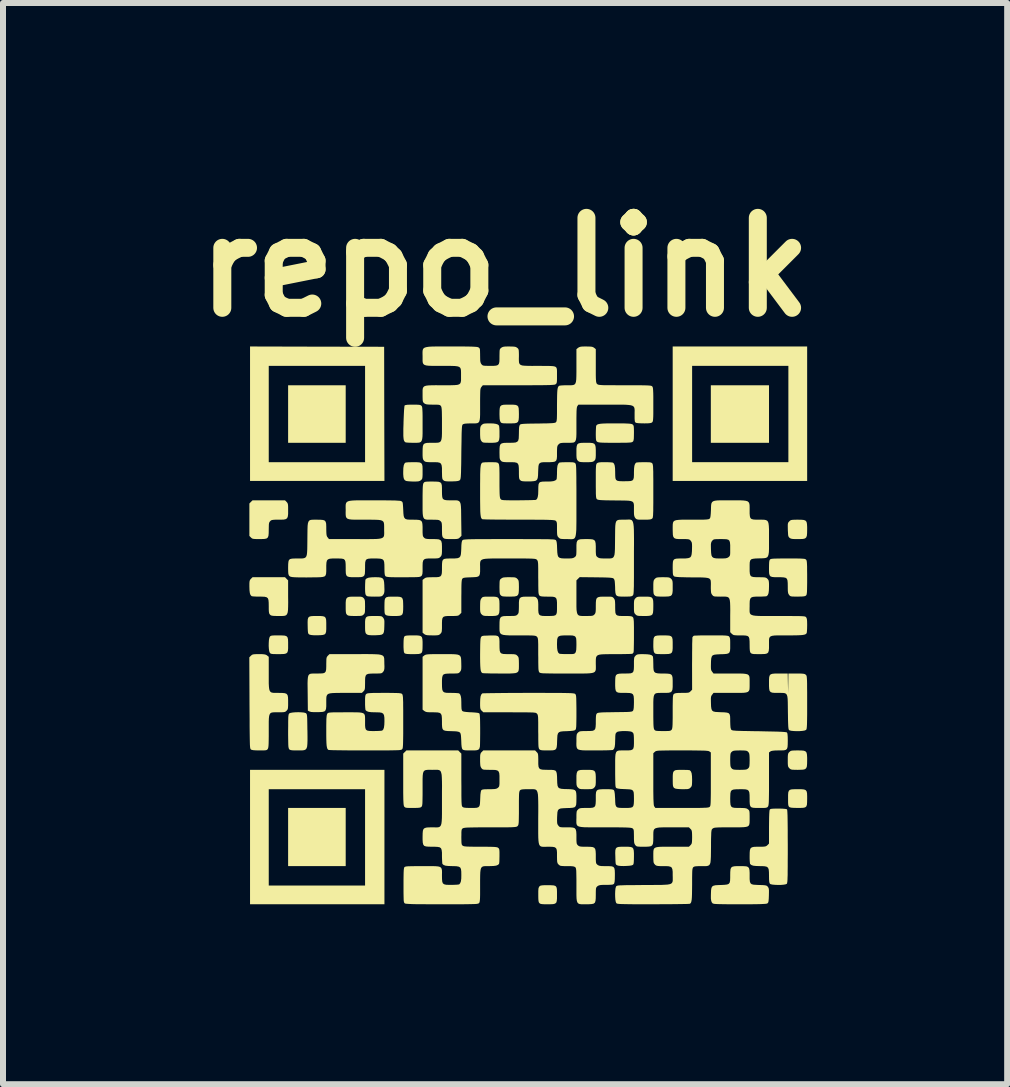
<source format=kicad_pcb>
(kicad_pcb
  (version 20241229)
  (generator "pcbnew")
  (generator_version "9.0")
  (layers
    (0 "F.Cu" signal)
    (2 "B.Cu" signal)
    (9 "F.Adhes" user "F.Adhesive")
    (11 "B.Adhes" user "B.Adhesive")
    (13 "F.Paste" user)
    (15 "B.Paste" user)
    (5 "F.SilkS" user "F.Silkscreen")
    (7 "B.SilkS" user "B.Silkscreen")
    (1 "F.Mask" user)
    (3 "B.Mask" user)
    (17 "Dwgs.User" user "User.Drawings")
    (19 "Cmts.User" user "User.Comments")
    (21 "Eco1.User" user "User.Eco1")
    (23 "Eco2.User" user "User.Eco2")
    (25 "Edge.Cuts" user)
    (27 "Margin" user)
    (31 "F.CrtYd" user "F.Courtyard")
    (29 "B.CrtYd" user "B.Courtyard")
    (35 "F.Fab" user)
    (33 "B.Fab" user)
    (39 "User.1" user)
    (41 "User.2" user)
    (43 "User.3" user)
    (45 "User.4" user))
  (footprint "repo_link"
    (layer "F.Cu")
    (at 5.871 7.404)
    (property "Reference" "repo_link" (at -0.5 -6 0) (layer "F.SilkS") (effects (font (size 1.5 1.5) (thickness 0.3))))
    (attr board_only exclude_from_pos_files exclude_from_bom)
    (fp_poly (pts (xy -3.157 -3.551) (xy -3.157 -3.071) (xy -3.637 -3.071) (xy -4.117 -3.071) (xy -4.117 -3.551) (xy -4.117 -4.03) (xy -3.637 -4.03) (xy -3.157 -4.03)) (stroke (width 0) (type solid)) (fill yes) (layer "F.SilkS"))
    (fp_poly (pts (xy -3.157 3.502) (xy -3.157 3.987) (xy -3.637 3.987) (xy -4.117 3.987) (xy -4.117 3.502) (xy -4.117 3.017) (xy -3.637 3.017) (xy -3.157 3.017)) (stroke (width 0) (type solid)) (fill yes) (layer "F.SilkS"))
    (fp_poly (pts (xy 3.901 -3.551) (xy 3.901 -3.071) (xy 3.416 -3.071) (xy 2.931 -3.071) (xy 2.931 -3.551) (xy 2.931 -4.03) (xy 3.416 -4.03) (xy 3.901 -4.03)) (stroke (width 0) (type solid)) (fill yes) (layer "F.SilkS"))
    (fp_poly (pts (xy -3.634 -4.674) (xy -2.516 -4.672) (xy -2.514 -3.554) (xy -2.511 -2.435) (xy -3.632 -2.435) (xy -4.752 -2.435) (xy -4.752 -3.551) (xy -4.44 -3.551) (xy -4.44 -2.748) (xy -3.637 -2.748) (xy -2.834 -2.748) (xy -2.834 -3.551) (xy -2.834 -4.354) (xy -3.637 -4.354) (xy -4.44 -4.354) (xy -4.44 -3.551) (xy -4.752 -3.551) (xy -4.752 -3.556) (xy -4.752 -4.677)) (stroke (width 0) (type solid)) (fill yes) (layer "F.SilkS"))
    (fp_poly (pts (xy -2.511 3.502) (xy -2.511 4.623) (xy -3.632 4.623) (xy -4.752 4.623) (xy -4.752 3.508) (xy -4.44 3.508) (xy -4.44 4.311) (xy -3.637 4.311) (xy -2.834 4.311) (xy -2.834 3.508) (xy -2.834 2.705) (xy -3.637 2.705) (xy -4.44 2.705) (xy -4.44 3.508) (xy -4.752 3.508) (xy -4.752 3.502) (xy -4.752 2.382) (xy -3.632 2.382) (xy -2.511 2.382)) (stroke (width 0) (type solid)) (fill yes) (layer "F.SilkS"))
    (fp_poly (pts (xy 4.537 -3.556) (xy 4.537 -2.435) (xy 3.416 -2.435) (xy 2.295 -2.435) (xy 2.295 -3.551) (xy 2.619 -3.551) (xy 2.619 -2.748) (xy 3.422 -2.748) (xy 4.224 -2.748) (xy 4.224 -3.551) (xy 4.224 -4.354) (xy 3.422 -4.354) (xy 2.619 -4.354) (xy 2.619 -3.551) (xy 2.295 -3.551) (xy 2.295 -3.556) (xy 2.295 -4.677) (xy 3.416 -4.677) (xy 4.537 -4.677)) (stroke (width 0) (type solid)) (fill yes) (layer "F.SilkS"))
    (fp_poly (pts (xy -3.576 -0.183) (xy -3.534 -0.179) (xy -3.506 -0.169) (xy -3.491 -0.15) (xy -3.483 -0.118) (xy -3.481 -0.069) (xy -3.481 -0.025) (xy -3.481 0.036) (xy -3.484 0.079) (xy -3.493 0.108) (xy -3.511 0.125) (xy -3.54 0.133) (xy -3.583 0.137) (xy -3.623 0.138) (xy -3.688 0.138) (xy -3.733 0.134) (xy -3.76 0.127) (xy -3.761 0.127) (xy -3.772 0.12) (xy -3.78 0.11) (xy -3.785 0.095) (xy -3.788 0.069) (xy -3.79 0.028) (xy -3.791 -0.015) (xy -3.792 -0.079) (xy -3.79 -0.124) (xy -3.782 -0.154) (xy -3.765 -0.171) (xy -3.737 -0.18) (xy -3.693 -0.183) (xy -3.637 -0.183)) (stroke (width 0) (type solid)) (fill yes) (layer "F.SilkS"))
    (fp_poly (pts (xy -2.295 -0.506) (xy -2.252 -0.502) (xy -2.225 -0.492) (xy -2.209 -0.472) (xy -2.201 -0.44) (xy -2.199 -0.391) (xy -2.198 -0.345) (xy -2.199 -0.283) (xy -2.203 -0.239) (xy -2.212 -0.211) (xy -2.232 -0.194) (xy -2.263 -0.186) (xy -2.31 -0.183) (xy -2.355 -0.183) (xy -2.411 -0.184) (xy -2.451 -0.188) (xy -2.476 -0.194) (xy -2.487 -0.2) (xy -2.497 -0.208) (xy -2.504 -0.22) (xy -2.508 -0.238) (xy -2.51 -0.267) (xy -2.511 -0.312) (xy -2.511 -0.345) (xy -2.51 -0.407) (xy -2.507 -0.451) (xy -2.497 -0.479) (xy -2.478 -0.496) (xy -2.446 -0.504) (xy -2.399 -0.506) (xy -2.355 -0.506)) (stroke (width 0) (type solid)) (fill yes) (layer "F.SilkS"))
    (fp_poly (pts (xy -0.369 -3.707) (xy -0.325 -3.703) (xy -0.297 -3.693) (xy -0.28 -3.674) (xy -0.272 -3.642) (xy -0.27 -3.595) (xy -0.269 -3.551) (xy -0.27 -3.491) (xy -0.274 -3.449) (xy -0.284 -3.421) (xy -0.304 -3.405) (xy -0.336 -3.397) (xy -0.385 -3.395) (xy -0.431 -3.395) (xy -0.486 -3.395) (xy -0.523 -3.396) (xy -0.547 -3.399) (xy -0.562 -3.404) (xy -0.571 -3.412) (xy -0.576 -3.419) (xy -0.584 -3.438) (xy -0.59 -3.468) (xy -0.592 -3.514) (xy -0.593 -3.551) (xy -0.592 -3.611) (xy -0.588 -3.653) (xy -0.578 -3.681) (xy -0.558 -3.697) (xy -0.526 -3.705) (xy -0.477 -3.707) (xy -0.431 -3.707)) (stroke (width 0) (type solid)) (fill yes) (layer "F.SilkS"))
    (fp_poly (pts (xy 0.27 4.306) (xy 0.312 4.309) (xy 0.34 4.318) (xy 0.356 4.336) (xy 0.364 4.367) (xy 0.366 4.414) (xy 0.366 4.467) (xy 0.366 4.528) (xy 0.362 4.57) (xy 0.353 4.597) (xy 0.333 4.613) (xy 0.301 4.621) (xy 0.252 4.623) (xy 0.208 4.623) (xy 0.154 4.623) (xy 0.118 4.621) (xy 0.094 4.617) (xy 0.08 4.61) (xy 0.072 4.603) (xy 0.063 4.59) (xy 0.058 4.569) (xy 0.055 4.536) (xy 0.054 4.487) (xy 0.054 4.465) (xy 0.054 4.404) (xy 0.057 4.36) (xy 0.067 4.332) (xy 0.085 4.315) (xy 0.115 4.308) (xy 0.161 4.305) (xy 0.21 4.305)) (stroke (width 0) (type solid)) (fill yes) (layer "F.SilkS"))
    (fp_poly (pts (xy 2.196 0.141) (xy 2.239 0.144) (xy 2.268 0.154) (xy 2.285 0.173) (xy 2.293 0.205) (xy 2.295 0.252) (xy 2.295 0.296) (xy 2.295 0.356) (xy 2.291 0.399) (xy 2.281 0.426) (xy 2.261 0.442) (xy 2.228 0.45) (xy 2.18 0.452) (xy 2.134 0.453) (xy 2.079 0.452) (xy 2.042 0.451) (xy 2.018 0.448) (xy 2.003 0.443) (xy 1.994 0.435) (xy 1.989 0.429) (xy 1.98 0.41) (xy 1.975 0.379) (xy 1.972 0.334) (xy 1.972 0.296) (xy 1.973 0.236) (xy 1.976 0.194) (xy 1.987 0.166) (xy 2.006 0.15) (xy 2.039 0.143) (xy 2.088 0.14) (xy 2.134 0.14)) (stroke (width 0) (type solid)) (fill yes) (layer "F.SilkS"))
    (fp_poly (pts (xy 4.441 2.705) (xy 4.484 2.709) (xy 4.511 2.719) (xy 4.527 2.738) (xy 4.535 2.77) (xy 4.537 2.819) (xy 4.537 2.863) (xy 4.536 2.923) (xy 4.533 2.965) (xy 4.523 2.992) (xy 4.503 3.008) (xy 4.471 3.015) (xy 4.422 3.017) (xy 4.379 3.017) (xy 4.318 3.016) (xy 4.276 3.013) (xy 4.249 3.007) (xy 4.24 3.002) (xy 4.231 2.993) (xy 4.225 2.98) (xy 4.221 2.958) (xy 4.219 2.924) (xy 4.219 2.873) (xy 4.219 2.861) (xy 4.219 2.801) (xy 4.222 2.759) (xy 4.232 2.731) (xy 4.25 2.715) (xy 4.281 2.707) (xy 4.328 2.705) (xy 4.381 2.705)) (stroke (width 0) (type solid)) (fill yes) (layer "F.SilkS"))
    (fp_poly (pts (xy -1.975 0.14) (xy -1.931 0.144) (xy -1.903 0.153) (xy -1.886 0.171) (xy -1.878 0.202) (xy -1.875 0.248) (xy -1.875 0.298) (xy -1.876 0.357) (xy -1.879 0.399) (xy -1.888 0.426) (xy -1.907 0.442) (xy -1.939 0.45) (xy -1.986 0.452) (xy -2.039 0.453) (xy -2.095 0.452) (xy -2.133 0.45) (xy -2.157 0.446) (xy -2.172 0.44) (xy -2.178 0.435) (xy -2.186 0.418) (xy -2.19 0.386) (xy -2.193 0.337) (xy -2.193 0.296) (xy -2.192 0.235) (xy -2.189 0.193) (xy -2.183 0.167) (xy -2.178 0.158) (xy -2.168 0.15) (xy -2.151 0.145) (xy -2.123 0.142) (xy -2.079 0.14) (xy -2.037 0.14)) (stroke (width 0) (type solid)) (fill yes) (layer "F.SilkS"))
    (fp_poly (pts (xy -4.216 0.141) (xy -4.172 0.144) (xy -4.144 0.154) (xy -4.127 0.173) (xy -4.119 0.205) (xy -4.117 0.252) (xy -4.117 0.296) (xy -4.117 0.356) (xy -4.121 0.399) (xy -4.131 0.426) (xy -4.151 0.442) (xy -4.184 0.45) (xy -4.232 0.452) (xy -4.278 0.453) (xy -4.333 0.452) (xy -4.37 0.451) (xy -4.394 0.448) (xy -4.409 0.443) (xy -4.418 0.435) (xy -4.423 0.429) (xy -4.432 0.404) (xy -4.438 0.364) (xy -4.441 0.316) (xy -4.44 0.265) (xy -4.437 0.218) (xy -4.43 0.181) (xy -4.423 0.164) (xy -4.415 0.154) (xy -4.403 0.147) (xy -4.385 0.143) (xy -4.356 0.141) (xy -4.311 0.14) (xy -4.278 0.14)) (stroke (width 0) (type solid)) (fill yes) (layer "F.SilkS"))
    (fp_poly (pts (xy 1.552 3.664) (xy 1.594 3.668) (xy 1.622 3.677) (xy 1.638 3.696) (xy 1.646 3.727) (xy 1.649 3.774) (xy 1.649 3.828) (xy 1.648 3.884) (xy 1.646 3.922) (xy 1.643 3.946) (xy 1.637 3.961) (xy 1.631 3.967) (xy 1.611 3.975) (xy 1.575 3.981) (xy 1.529 3.984) (xy 1.48 3.986) (xy 1.433 3.985) (xy 1.394 3.981) (xy 1.369 3.974) (xy 1.369 3.974) (xy 1.357 3.967) (xy 1.349 3.958) (xy 1.344 3.942) (xy 1.342 3.916) (xy 1.34 3.876) (xy 1.339 3.832) (xy 1.337 3.769) (xy 1.339 3.723) (xy 1.347 3.694) (xy 1.364 3.676) (xy 1.393 3.667) (xy 1.436 3.664) (xy 1.493 3.664)) (stroke (width 0) (type solid)) (fill yes) (layer "F.SilkS"))
    (fp_poly (pts (xy -2.623 -0.183) (xy -2.588 -0.182) (xy -2.565 -0.179) (xy -2.551 -0.173) (xy -2.54 -0.163) (xy -2.532 -0.154) (xy -2.522 -0.138) (xy -2.515 -0.121) (xy -2.512 -0.097) (xy -2.512 -0.061) (xy -2.513 -0.014) (xy -2.515 0.045) (xy -2.521 0.086) (xy -2.533 0.112) (xy -2.555 0.127) (xy -2.591 0.134) (xy -2.643 0.137) (xy -2.665 0.138) (xy -2.726 0.138) (xy -2.77 0.135) (xy -2.795 0.128) (xy -2.796 0.128) (xy -2.812 0.117) (xy -2.823 0.104) (xy -2.829 0.085) (xy -2.833 0.056) (xy -2.834 0.012) (xy -2.834 -0.028) (xy -2.834 -0.088) (xy -2.83 -0.13) (xy -2.82 -0.157) (xy -2.801 -0.173) (xy -2.769 -0.181) (xy -2.721 -0.183) (xy -2.675 -0.183)) (stroke (width 0) (type solid)) (fill yes) (layer "F.SilkS"))
    (fp_poly (pts (xy -1.97 -2.747) (xy -1.928 -2.744) (xy -1.901 -2.734) (xy -1.885 -2.715) (xy -1.877 -2.683) (xy -1.875 -2.634) (xy -1.875 -2.589) (xy -1.875 -2.537) (xy -1.877 -2.501) (xy -1.88 -2.479) (xy -1.886 -2.464) (xy -1.896 -2.454) (xy -1.903 -2.447) (xy -1.921 -2.436) (xy -1.941 -2.429) (xy -1.971 -2.426) (xy -2.016 -2.425) (xy -2.03 -2.425) (xy -2.077 -2.427) (xy -2.117 -2.43) (xy -2.145 -2.434) (xy -2.152 -2.436) (xy -2.172 -2.448) (xy -2.186 -2.469) (xy -2.194 -2.501) (xy -2.198 -2.549) (xy -2.198 -2.586) (xy -2.196 -2.65) (xy -2.189 -2.695) (xy -2.177 -2.725) (xy -2.162 -2.74) (xy -2.147 -2.743) (xy -2.115 -2.746) (xy -2.072 -2.747) (xy -2.03 -2.748)) (stroke (width 0) (type solid)) (fill yes) (layer "F.SilkS"))
    (fp_poly (pts (xy -2.609 -0.829) (xy -2.568 -0.823) (xy -2.541 -0.81) (xy -2.525 -0.787) (xy -2.517 -0.749) (xy -2.513 -0.693) (xy -2.513 -0.677) (xy -2.511 -0.626) (xy -2.512 -0.591) (xy -2.516 -0.568) (xy -2.522 -0.551) (xy -2.532 -0.536) (xy -2.543 -0.523) (xy -2.555 -0.515) (xy -2.571 -0.51) (xy -2.597 -0.507) (xy -2.637 -0.507) (xy -2.677 -0.506) (xy -2.731 -0.507) (xy -2.769 -0.509) (xy -2.793 -0.512) (xy -2.808 -0.519) (xy -2.816 -0.526) (xy -2.825 -0.54) (xy -2.83 -0.561) (xy -2.833 -0.594) (xy -2.834 -0.643) (xy -2.834 -0.664) (xy -2.833 -0.713) (xy -2.831 -0.754) (xy -2.829 -0.783) (xy -2.826 -0.793) (xy -2.807 -0.81) (xy -2.775 -0.822) (xy -2.728 -0.828) (xy -2.669 -0.83)) (stroke (width 0) (type solid)) (fill yes) (layer "F.SilkS"))
    (fp_poly (pts (xy -0.695 -3.393) (xy -0.65 -3.386) (xy -0.619 -3.375) (xy -0.601 -3.358) (xy -0.598 -3.343) (xy -0.595 -3.311) (xy -0.593 -3.268) (xy -0.593 -3.23) (xy -0.593 -3.169) (xy -0.598 -3.126) (xy -0.608 -3.098) (xy -0.629 -3.082) (xy -0.663 -3.074) (xy -0.714 -3.071) (xy -0.754 -3.071) (xy -0.805 -3.072) (xy -0.84 -3.073) (xy -0.863 -3.076) (xy -0.877 -3.082) (xy -0.888 -3.092) (xy -0.894 -3.1) (xy -0.904 -3.116) (xy -0.911 -3.136) (xy -0.914 -3.164) (xy -0.916 -3.207) (xy -0.916 -3.235) (xy -0.916 -3.284) (xy -0.914 -3.318) (xy -0.909 -3.339) (xy -0.902 -3.354) (xy -0.89 -3.368) (xy -0.875 -3.38) (xy -0.86 -3.388) (xy -0.838 -3.392) (xy -0.804 -3.394) (xy -0.76 -3.395)) (stroke (width 0) (type solid)) (fill yes) (layer "F.SilkS"))
    (fp_poly (pts (xy -0.692 -0.506) (xy -0.648 -0.502) (xy -0.62 -0.491) (xy -0.603 -0.47) (xy -0.595 -0.437) (xy -0.593 -0.387) (xy -0.593 -0.345) (xy -0.593 -0.283) (xy -0.597 -0.239) (xy -0.608 -0.21) (xy -0.628 -0.194) (xy -0.661 -0.186) (xy -0.71 -0.183) (xy -0.749 -0.183) (xy -0.801 -0.184) (xy -0.835 -0.185) (xy -0.858 -0.189) (xy -0.874 -0.196) (xy -0.887 -0.207) (xy -0.89 -0.21) (xy -0.902 -0.223) (xy -0.909 -0.239) (xy -0.914 -0.26) (xy -0.916 -0.294) (xy -0.916 -0.343) (xy -0.915 -0.394) (xy -0.913 -0.429) (xy -0.908 -0.453) (xy -0.899 -0.47) (xy -0.894 -0.478) (xy -0.883 -0.491) (xy -0.871 -0.499) (xy -0.854 -0.503) (xy -0.826 -0.506) (xy -0.784 -0.506) (xy -0.754 -0.506)) (stroke (width 0) (type solid)) (fill yes) (layer "F.SilkS"))
    (fp_poly (pts (xy 0.913 -3.071) (xy 0.957 -3.067) (xy 0.986 -3.056) (xy 1.002 -3.035) (xy 1.01 -3.002) (xy 1.013 -2.953) (xy 1.013 -2.912) (xy 1.013 -2.859) (xy 1.011 -2.824) (xy 1.007 -2.801) (xy 1.001 -2.786) (xy 0.991 -2.774) (xy 0.988 -2.771) (xy 0.975 -2.761) (xy 0.958 -2.754) (xy 0.935 -2.75) (xy 0.898 -2.748) (xy 0.85 -2.748) (xy 0.799 -2.748) (xy 0.764 -2.75) (xy 0.742 -2.754) (xy 0.727 -2.761) (xy 0.715 -2.771) (xy 0.713 -2.773) (xy 0.703 -2.786) (xy 0.696 -2.802) (xy 0.692 -2.826) (xy 0.69 -2.862) (xy 0.69 -2.913) (xy 0.69 -2.974) (xy 0.695 -3.017) (xy 0.705 -3.045) (xy 0.726 -3.061) (xy 0.76 -3.069) (xy 0.81 -3.071) (xy 0.851 -3.071)) (stroke (width 0) (type solid)) (fill yes) (layer "F.SilkS"))
    (fp_poly (pts (xy 4.44 -1.788) (xy 4.483 -1.784) (xy 4.51 -1.773) (xy 4.527 -1.752) (xy 4.534 -1.718) (xy 4.537 -1.668) (xy 4.537 -1.627) (xy 4.536 -1.565) (xy 4.532 -1.521) (xy 4.521 -1.493) (xy 4.501 -1.476) (xy 4.468 -1.468) (xy 4.42 -1.466) (xy 4.382 -1.466) (xy 4.329 -1.466) (xy 4.293 -1.468) (xy 4.268 -1.473) (xy 4.251 -1.481) (xy 4.244 -1.486) (xy 4.233 -1.497) (xy 4.225 -1.511) (xy 4.22 -1.532) (xy 4.218 -1.565) (xy 4.215 -1.615) (xy 4.215 -1.62) (xy 4.214 -1.671) (xy 4.214 -1.706) (xy 4.217 -1.728) (xy 4.223 -1.743) (xy 4.234 -1.756) (xy 4.239 -1.761) (xy 4.253 -1.774) (xy 4.267 -1.782) (xy 4.287 -1.786) (xy 4.318 -1.788) (xy 4.365 -1.789) (xy 4.38 -1.789)) (stroke (width 0) (type solid)) (fill yes) (layer "F.SilkS"))
    (fp_poly (pts (xy 0.913 2.382) (xy 0.957 2.386) (xy 0.986 2.397) (xy 1.002 2.417) (xy 1.01 2.45) (xy 1.013 2.499) (xy 1.013 2.538) (xy 1.013 2.59) (xy 1.011 2.624) (xy 1.007 2.647) (xy 1 2.662) (xy 0.989 2.676) (xy 0.987 2.678) (xy 0.973 2.691) (xy 0.958 2.698) (xy 0.936 2.703) (xy 0.903 2.704) (xy 0.854 2.705) (xy 0.851 2.705) (xy 0.801 2.704) (xy 0.768 2.703) (xy 0.746 2.699) (xy 0.73 2.691) (xy 0.717 2.679) (xy 0.716 2.678) (xy 0.704 2.665) (xy 0.697 2.65) (xy 0.692 2.63) (xy 0.69 2.598) (xy 0.69 2.55) (xy 0.69 2.538) (xy 0.69 2.478) (xy 0.695 2.436) (xy 0.706 2.408) (xy 0.726 2.392) (xy 0.761 2.384) (xy 0.811 2.382) (xy 0.851 2.382)) (stroke (width 0) (type solid)) (fill yes) (layer "F.SilkS"))
    (fp_poly (pts (xy 1.876 -0.506) (xy 1.918 -0.502) (xy 1.946 -0.491) (xy 1.962 -0.47) (xy 1.97 -0.436) (xy 1.972 -0.385) (xy 1.972 -0.345) (xy 1.971 -0.283) (xy 1.967 -0.239) (xy 1.957 -0.21) (xy 1.936 -0.194) (xy 1.903 -0.186) (xy 1.854 -0.183) (xy 1.815 -0.183) (xy 1.764 -0.184) (xy 1.729 -0.185) (xy 1.707 -0.189) (xy 1.691 -0.196) (xy 1.678 -0.207) (xy 1.675 -0.21) (xy 1.663 -0.223) (xy 1.655 -0.238) (xy 1.651 -0.26) (xy 1.649 -0.293) (xy 1.649 -0.342) (xy 1.649 -0.345) (xy 1.649 -0.395) (xy 1.651 -0.428) (xy 1.655 -0.45) (xy 1.663 -0.466) (xy 1.675 -0.479) (xy 1.675 -0.48) (xy 1.689 -0.492) (xy 1.703 -0.5) (xy 1.724 -0.504) (xy 1.756 -0.506) (xy 1.803 -0.506) (xy 1.815 -0.506)) (stroke (width 0) (type solid)) (fill yes) (layer "F.SilkS"))
    (fp_poly (pts (xy 2.503 2.383) (xy 2.544 2.384) (xy 2.572 2.387) (xy 2.582 2.39) (xy 2.599 2.409) (xy 2.611 2.439) (xy 2.617 2.486) (xy 2.619 2.548) (xy 2.618 2.597) (xy 2.616 2.63) (xy 2.612 2.651) (xy 2.603 2.666) (xy 2.592 2.678) (xy 2.578 2.691) (xy 2.563 2.698) (xy 2.541 2.703) (xy 2.508 2.704) (xy 2.46 2.705) (xy 2.412 2.703) (xy 2.371 2.7) (xy 2.342 2.695) (xy 2.333 2.692) (xy 2.317 2.682) (xy 2.307 2.669) (xy 2.3 2.649) (xy 2.297 2.619) (xy 2.296 2.574) (xy 2.296 2.541) (xy 2.296 2.488) (xy 2.298 2.452) (xy 2.302 2.429) (xy 2.308 2.413) (xy 2.317 2.403) (xy 2.329 2.393) (xy 2.345 2.387) (xy 2.37 2.384) (xy 2.408 2.382) (xy 2.454 2.382)) (stroke (width 0) (type solid)) (fill yes) (layer "F.SilkS"))
    (fp_poly (pts (xy 4.44 2.059) (xy 4.483 2.063) (xy 4.51 2.074) (xy 4.527 2.095) (xy 4.534 2.129) (xy 4.537 2.18) (xy 4.537 2.22) (xy 4.536 2.282) (xy 4.532 2.326) (xy 4.521 2.354) (xy 4.501 2.371) (xy 4.468 2.379) (xy 4.419 2.381) (xy 4.38 2.382) (xy 4.329 2.381) (xy 4.294 2.38) (xy 4.272 2.376) (xy 4.256 2.369) (xy 4.243 2.358) (xy 4.24 2.355) (xy 4.228 2.341) (xy 4.22 2.326) (xy 4.216 2.305) (xy 4.214 2.272) (xy 4.214 2.223) (xy 4.214 2.22) (xy 4.214 2.17) (xy 4.216 2.136) (xy 4.22 2.114) (xy 4.227 2.099) (xy 4.239 2.085) (xy 4.24 2.085) (xy 4.253 2.073) (xy 4.268 2.065) (xy 4.289 2.061) (xy 4.321 2.059) (xy 4.368 2.058) (xy 4.38 2.058)) (stroke (width 0) (type solid)) (fill yes) (layer "F.SilkS"))
    (fp_poly (pts (xy -2.946 -0.506) (xy -2.91 -0.505) (xy -2.887 -0.501) (xy -2.872 -0.494) (xy -2.86 -0.484) (xy -2.858 -0.482) (xy -2.847 -0.468) (xy -2.84 -0.452) (xy -2.836 -0.428) (xy -2.835 -0.392) (xy -2.834 -0.343) (xy -2.835 -0.292) (xy -2.836 -0.258) (xy -2.84 -0.235) (xy -2.847 -0.22) (xy -2.858 -0.208) (xy -2.859 -0.207) (xy -2.872 -0.196) (xy -2.888 -0.189) (xy -2.912 -0.185) (xy -2.948 -0.184) (xy -2.999 -0.183) (xy -3.052 -0.184) (xy -3.087 -0.186) (xy -3.111 -0.19) (xy -3.126 -0.196) (xy -3.136 -0.205) (xy -3.146 -0.217) (xy -3.152 -0.233) (xy -3.155 -0.257) (xy -3.157 -0.295) (xy -3.157 -0.345) (xy -3.157 -0.407) (xy -3.153 -0.451) (xy -3.142 -0.479) (xy -3.122 -0.496) (xy -3.088 -0.504) (xy -3.039 -0.506) (xy -2.998 -0.506)) (stroke (width 0) (type solid)) (fill yes) (layer "F.SilkS"))
    (fp_poly (pts (xy -0.379 -0.829) (xy -0.346 -0.828) (xy -0.325 -0.823) (xy -0.309 -0.815) (xy -0.296 -0.803) (xy -0.284 -0.79) (xy -0.276 -0.775) (xy -0.272 -0.755) (xy -0.27 -0.723) (xy -0.269 -0.675) (xy -0.269 -0.663) (xy -0.27 -0.603) (xy -0.274 -0.561) (xy -0.285 -0.533) (xy -0.306 -0.517) (xy -0.34 -0.509) (xy -0.391 -0.507) (xy -0.431 -0.506) (xy -0.484 -0.507) (xy -0.521 -0.509) (xy -0.544 -0.512) (xy -0.56 -0.519) (xy -0.571 -0.528) (xy -0.581 -0.54) (xy -0.587 -0.556) (xy -0.591 -0.581) (xy -0.592 -0.618) (xy -0.593 -0.667) (xy -0.592 -0.719) (xy -0.591 -0.754) (xy -0.588 -0.776) (xy -0.582 -0.791) (xy -0.572 -0.801) (xy -0.564 -0.807) (xy -0.548 -0.818) (xy -0.528 -0.825) (xy -0.499 -0.828) (xy -0.457 -0.83) (xy -0.429 -0.83)) (stroke (width 0) (type solid)) (fill yes) (layer "F.SilkS"))
    (fp_poly (pts (xy 2.184 -0.829) (xy 2.217 -0.828) (xy 2.239 -0.823) (xy 2.255 -0.816) (xy 2.268 -0.804) (xy 2.269 -0.803) (xy 2.281 -0.79) (xy 2.288 -0.775) (xy 2.293 -0.755) (xy 2.295 -0.723) (xy 2.295 -0.675) (xy 2.295 -0.663) (xy 2.295 -0.603) (xy 2.29 -0.561) (xy 2.279 -0.533) (xy 2.259 -0.517) (xy 2.224 -0.509) (xy 2.174 -0.507) (xy 2.134 -0.506) (xy 2.08 -0.507) (xy 2.044 -0.509) (xy 2.02 -0.512) (xy 2.005 -0.519) (xy 1.994 -0.528) (xy 1.984 -0.54) (xy 1.977 -0.557) (xy 1.974 -0.582) (xy 1.972 -0.621) (xy 1.972 -0.663) (xy 1.972 -0.715) (xy 1.974 -0.749) (xy 1.978 -0.772) (xy 1.985 -0.787) (xy 1.996 -0.801) (xy 1.999 -0.803) (xy 2.012 -0.815) (xy 2.027 -0.823) (xy 2.049 -0.827) (xy 2.082 -0.829) (xy 2.131 -0.83) (xy 2.134 -0.83)) (stroke (width 0) (type solid)) (fill yes) (layer "F.SilkS"))
    (fp_poly (pts (xy -4.143 -2.086) (xy -4.131 -2.072) (xy -4.124 -2.058) (xy -4.119 -2.037) (xy -4.117 -2.005) (xy -4.117 -1.958) (xy -4.117 -1.946) (xy -4.117 -1.885) (xy -4.122 -1.843) (xy -4.133 -1.815) (xy -4.154 -1.799) (xy -4.188 -1.791) (xy -4.239 -1.789) (xy -4.276 -1.789) (xy -4.329 -1.789) (xy -4.364 -1.787) (xy -4.387 -1.783) (xy -4.402 -1.777) (xy -4.414 -1.767) (xy -4.416 -1.764) (xy -4.427 -1.751) (xy -4.434 -1.735) (xy -4.438 -1.711) (xy -4.439 -1.675) (xy -4.44 -1.624) (xy -4.441 -1.563) (xy -4.445 -1.52) (xy -4.456 -1.492) (xy -4.477 -1.475) (xy -4.512 -1.468) (xy -4.563 -1.466) (xy -4.597 -1.466) (xy -4.648 -1.466) (xy -4.683 -1.468) (xy -4.705 -1.471) (xy -4.721 -1.478) (xy -4.734 -1.489) (xy -4.737 -1.492) (xy -4.763 -1.518) (xy -4.763 -1.789) (xy -4.763 -2.059) (xy -4.737 -2.086) (xy -4.71 -2.112) (xy -4.44 -2.112) (xy -4.169 -2.112)) (stroke (width 0) (type solid)) (fill yes) (layer "F.SilkS"))
    (fp_poly (pts (xy -4.143 -0.803) (xy -4.117 -0.777) (xy -4.117 -0.503) (xy -4.116 -0.412) (xy -4.117 -0.34) (xy -4.119 -0.285) (xy -4.124 -0.244) (xy -4.134 -0.216) (xy -4.148 -0.198) (xy -4.169 -0.188) (xy -4.198 -0.184) (xy -4.235 -0.183) (xy -4.282 -0.183) (xy -4.334 -0.184) (xy -4.37 -0.186) (xy -4.393 -0.19) (xy -4.408 -0.196) (xy -4.418 -0.205) (xy -4.428 -0.217) (xy -4.434 -0.233) (xy -4.438 -0.257) (xy -4.44 -0.295) (xy -4.44 -0.345) (xy -4.441 -0.407) (xy -4.445 -0.451) (xy -4.455 -0.479) (xy -4.476 -0.496) (xy -4.509 -0.504) (xy -4.558 -0.506) (xy -4.599 -0.507) (xy -4.647 -0.507) (xy -4.688 -0.509) (xy -4.717 -0.512) (xy -4.727 -0.515) (xy -4.744 -0.533) (xy -4.755 -0.564) (xy -4.761 -0.611) (xy -4.763 -0.673) (xy -4.763 -0.722) (xy -4.761 -0.755) (xy -4.756 -0.776) (xy -4.748 -0.791) (xy -4.737 -0.803) (xy -4.71 -0.83) (xy -4.44 -0.83) (xy -4.169 -0.83)) (stroke (width 0) (type solid)) (fill yes) (layer "F.SilkS"))
    (fp_poly (pts (xy -1.982 -3.707) (xy -1.943 -3.705) (xy -1.919 -3.702) (xy -1.903 -3.696) (xy -1.893 -3.687) (xy -1.887 -3.679) (xy -1.883 -3.666) (xy -1.88 -3.646) (xy -1.878 -3.616) (xy -1.876 -3.574) (xy -1.875 -3.517) (xy -1.875 -3.442) (xy -1.875 -3.391) (xy -1.875 -3.3) (xy -1.875 -3.227) (xy -1.877 -3.172) (xy -1.882 -3.132) (xy -1.891 -3.104) (xy -1.904 -3.086) (xy -1.924 -3.076) (xy -1.951 -3.072) (xy -1.986 -3.071) (xy -2.031 -3.071) (xy -2.034 -3.071) (xy -2.083 -3.072) (xy -2.124 -3.074) (xy -2.152 -3.077) (xy -2.162 -3.08) (xy -2.173 -3.089) (xy -2.182 -3.102) (xy -2.189 -3.121) (xy -2.193 -3.148) (xy -2.196 -3.186) (xy -2.196 -3.237) (xy -2.196 -3.304) (xy -2.193 -3.39) (xy -2.193 -3.409) (xy -2.19 -3.487) (xy -2.187 -3.556) (xy -2.184 -3.614) (xy -2.18 -3.659) (xy -2.177 -3.686) (xy -2.174 -3.694) (xy -2.16 -3.7) (xy -2.128 -3.705) (xy -2.078 -3.707) (xy -2.037 -3.707)) (stroke (width 0) (type solid)) (fill yes) (layer "F.SilkS"))
    (fp_poly (pts (xy -3.895 1.423) (xy -3.853 1.427) (xy -3.825 1.435) (xy -3.82 1.438) (xy -3.813 1.444) (xy -3.808 1.452) (xy -3.804 1.467) (xy -3.801 1.489) (xy -3.799 1.523) (xy -3.798 1.569) (xy -3.797 1.632) (xy -3.796 1.713) (xy -3.795 1.727) (xy -3.794 1.82) (xy -3.794 1.894) (xy -3.796 1.951) (xy -3.8 1.993) (xy -3.809 2.022) (xy -3.823 2.041) (xy -3.844 2.052) (xy -3.871 2.057) (xy -3.908 2.058) (xy -3.954 2.058) (xy -3.959 2.058) (xy -4.014 2.058) (xy -4.051 2.056) (xy -4.075 2.052) (xy -4.09 2.046) (xy -4.099 2.039) (xy -4.104 2.03) (xy -4.108 2.017) (xy -4.112 1.997) (xy -4.114 1.968) (xy -4.115 1.926) (xy -4.116 1.869) (xy -4.117 1.795) (xy -4.117 1.739) (xy -4.116 1.653) (xy -4.116 1.586) (xy -4.115 1.536) (xy -4.114 1.5) (xy -4.111 1.475) (xy -4.108 1.458) (xy -4.103 1.448) (xy -4.097 1.441) (xy -4.097 1.44) (xy -4.076 1.432) (xy -4.04 1.426) (xy -3.994 1.422) (xy -3.943 1.421)) (stroke (width 0) (type solid)) (fill yes) (layer "F.SilkS"))
    (fp_poly (pts (xy 1.423 -3.394) (xy 1.489 -3.394) (xy 1.538 -3.392) (xy 1.574 -3.39) (xy 1.598 -3.387) (xy 1.615 -3.383) (xy 1.625 -3.378) (xy 1.635 -3.369) (xy 1.642 -3.358) (xy 1.646 -3.34) (xy 1.648 -3.31) (xy 1.649 -3.266) (xy 1.649 -3.234) (xy 1.648 -3.178) (xy 1.647 -3.14) (xy 1.643 -3.115) (xy 1.638 -3.099) (xy 1.629 -3.089) (xy 1.621 -3.084) (xy 1.608 -3.079) (xy 1.588 -3.076) (xy 1.558 -3.074) (xy 1.515 -3.072) (xy 1.458 -3.072) (xy 1.383 -3.071) (xy 1.335 -3.071) (xy 1.249 -3.071) (xy 1.181 -3.072) (xy 1.13 -3.073) (xy 1.093 -3.075) (xy 1.067 -3.078) (xy 1.049 -3.082) (xy 1.038 -3.087) (xy 1.037 -3.088) (xy 1.026 -3.097) (xy 1.02 -3.109) (xy 1.016 -3.127) (xy 1.014 -3.158) (xy 1.013 -3.204) (xy 1.013 -3.225) (xy 1.014 -3.275) (xy 1.016 -3.317) (xy 1.018 -3.346) (xy 1.021 -3.358) (xy 1.031 -3.369) (xy 1.044 -3.378) (xy 1.065 -3.384) (xy 1.095 -3.389) (xy 1.136 -3.392) (xy 1.192 -3.394) (xy 1.265 -3.394) (xy 1.339 -3.395)) (stroke (width 0) (type solid)) (fill yes) (layer "F.SilkS"))
    (fp_poly (pts (xy -0.652 0.143) (xy -0.622 0.151) (xy -0.605 0.168) (xy -0.596 0.196) (xy -0.593 0.238) (xy -0.593 0.29) (xy -0.592 0.352) (xy -0.589 0.396) (xy -0.579 0.425) (xy -0.56 0.442) (xy -0.529 0.45) (xy -0.483 0.452) (xy -0.441 0.453) (xy -0.388 0.453) (xy -0.353 0.454) (xy -0.329 0.458) (xy -0.313 0.464) (xy -0.301 0.474) (xy -0.296 0.479) (xy -0.284 0.492) (xy -0.276 0.507) (xy -0.272 0.528) (xy -0.27 0.56) (xy -0.269 0.607) (xy -0.269 0.619) (xy -0.269 0.664) (xy -0.27 0.699) (xy -0.274 0.726) (xy -0.283 0.746) (xy -0.301 0.76) (xy -0.328 0.769) (xy -0.368 0.773) (xy -0.422 0.776) (xy -0.494 0.776) (xy -0.584 0.776) (xy -0.59 0.776) (xy -0.666 0.775) (xy -0.734 0.775) (xy -0.793 0.773) (xy -0.839 0.772) (xy -0.869 0.77) (xy -0.879 0.768) (xy -0.891 0.758) (xy -0.899 0.744) (xy -0.906 0.723) (xy -0.91 0.693) (xy -0.913 0.651) (xy -0.915 0.594) (xy -0.916 0.52) (xy -0.916 0.456) (xy -0.915 0.364) (xy -0.914 0.292) (xy -0.912 0.239) (xy -0.909 0.201) (xy -0.904 0.178) (xy -0.902 0.172) (xy -0.895 0.161) (xy -0.886 0.153) (xy -0.871 0.148) (xy -0.845 0.145) (xy -0.805 0.144) (xy -0.761 0.142) (xy -0.697 0.141)) (stroke (width 0) (type solid)) (fill yes) (layer "F.SilkS"))
    (fp_poly (pts (xy 4.304 -1.142) (xy 4.371 -1.142) (xy 4.422 -1.141) (xy 4.458 -1.139) (xy 4.484 -1.137) (xy 4.501 -1.134) (xy 4.511 -1.129) (xy 4.518 -1.123) (xy 4.519 -1.123) (xy 4.525 -1.114) (xy 4.529 -1.102) (xy 4.532 -1.081) (xy 4.534 -1.052) (xy 4.536 -1.01) (xy 4.536 -0.953) (xy 4.537 -0.879) (xy 4.537 -0.823) (xy 4.537 -0.737) (xy 4.536 -0.67) (xy 4.535 -0.62) (xy 4.534 -0.584) (xy 4.531 -0.559) (xy 4.528 -0.542) (xy 4.524 -0.532) (xy 4.518 -0.525) (xy 4.517 -0.524) (xy 4.504 -0.516) (xy 4.483 -0.511) (xy 4.45 -0.508) (xy 4.401 -0.507) (xy 4.378 -0.506) (xy 4.326 -0.507) (xy 4.29 -0.508) (xy 4.268 -0.511) (xy 4.253 -0.517) (xy 4.242 -0.527) (xy 4.236 -0.535) (xy 4.225 -0.551) (xy 4.219 -0.571) (xy 4.215 -0.599) (xy 4.214 -0.64) (xy 4.214 -0.673) (xy 4.213 -0.734) (xy 4.209 -0.776) (xy 4.199 -0.804) (xy 4.178 -0.82) (xy 4.145 -0.827) (xy 4.096 -0.83) (xy 4.058 -0.83) (xy 3.998 -0.83) (xy 3.955 -0.834) (xy 3.927 -0.843) (xy 3.911 -0.863) (xy 3.903 -0.895) (xy 3.901 -0.943) (xy 3.901 -0.989) (xy 3.902 -1.045) (xy 3.904 -1.083) (xy 3.908 -1.108) (xy 3.916 -1.123) (xy 3.918 -1.125) (xy 3.926 -1.131) (xy 3.939 -1.135) (xy 3.96 -1.138) (xy 3.992 -1.14) (xy 4.036 -1.141) (xy 4.096 -1.142) (xy 4.174 -1.142) (xy 4.218 -1.142)) (stroke (width 0) (type solid)) (fill yes) (layer "F.SilkS"))
    (fp_poly (pts (xy 3.478 3.988) (xy 3.522 3.991) (xy 3.55 4.001) (xy 3.567 4.02) (xy 3.575 4.052) (xy 3.578 4.099) (xy 3.578 4.144) (xy 3.578 4.203) (xy 3.582 4.245) (xy 3.592 4.272) (xy 3.612 4.289) (xy 3.645 4.297) (xy 3.695 4.3) (xy 3.735 4.302) (xy 3.789 4.303) (xy 3.826 4.306) (xy 3.85 4.31) (xy 3.865 4.316) (xy 3.876 4.325) (xy 3.881 4.332) (xy 3.891 4.346) (xy 3.897 4.363) (xy 3.9 4.387) (xy 3.9 4.424) (xy 3.899 4.475) (xy 3.897 4.528) (xy 3.894 4.564) (xy 3.89 4.587) (xy 3.883 4.6) (xy 3.875 4.608) (xy 3.866 4.612) (xy 3.851 4.615) (xy 3.827 4.617) (xy 3.792 4.619) (xy 3.745 4.621) (xy 3.684 4.622) (xy 3.607 4.623) (xy 3.511 4.623) (xy 3.415 4.623) (xy 3.305 4.623) (xy 3.214 4.623) (xy 3.141 4.622) (xy 3.083 4.621) (xy 3.04 4.62) (xy 3.008 4.618) (xy 2.985 4.616) (xy 2.971 4.612) (xy 2.962 4.609) (xy 2.959 4.606) (xy 2.945 4.588) (xy 2.937 4.563) (xy 2.932 4.528) (xy 2.932 4.477) (xy 2.933 4.441) (xy 2.935 4.389) (xy 2.941 4.352) (xy 2.953 4.328) (xy 2.975 4.314) (xy 3.009 4.306) (xy 3.06 4.303) (xy 3.099 4.302) (xy 3.159 4.299) (xy 3.202 4.294) (xy 3.229 4.283) (xy 3.245 4.263) (xy 3.252 4.23) (xy 3.254 4.181) (xy 3.254 4.144) (xy 3.255 4.084) (xy 3.259 4.041) (xy 3.269 4.014) (xy 3.289 3.998) (xy 3.321 3.99) (xy 3.37 3.987) (xy 3.416 3.987)) (stroke (width 0) (type solid)) (fill yes) (layer "F.SilkS"))
    (fp_poly (pts (xy 4.081 0.776) (xy 4.213 0.776) (xy 4.216 0.94) (xy 4.22 1.105) (xy 4.222 0.94) (xy 4.224 0.776) (xy 4.359 0.776) (xy 4.416 0.776) (xy 4.456 0.778) (xy 4.482 0.781) (xy 4.499 0.786) (xy 4.511 0.794) (xy 4.515 0.797) (xy 4.521 0.803) (xy 4.525 0.811) (xy 4.529 0.823) (xy 4.531 0.84) (xy 4.533 0.865) (xy 4.535 0.901) (xy 4.536 0.948) (xy 4.536 1.009) (xy 4.537 1.086) (xy 4.537 1.181) (xy 4.537 1.259) (xy 4.537 1.368) (xy 4.537 1.458) (xy 4.536 1.53) (xy 4.535 1.587) (xy 4.534 1.63) (xy 4.532 1.662) (xy 4.53 1.685) (xy 4.527 1.7) (xy 4.524 1.709) (xy 4.519 1.715) (xy 4.517 1.717) (xy 4.496 1.726) (xy 4.461 1.732) (xy 4.415 1.736) (xy 4.365 1.737) (xy 4.316 1.735) (xy 4.274 1.731) (xy 4.244 1.724) (xy 4.234 1.717) (xy 4.229 1.707) (xy 4.225 1.687) (xy 4.222 1.655) (xy 4.22 1.61) (xy 4.218 1.548) (xy 4.217 1.469) (xy 4.216 1.418) (xy 4.215 1.327) (xy 4.214 1.255) (xy 4.212 1.2) (xy 4.207 1.159) (xy 4.198 1.131) (xy 4.185 1.114) (xy 4.166 1.104) (xy 4.139 1.1) (xy 4.105 1.099) (xy 4.062 1.099) (xy 4.059 1.099) (xy 3.998 1.099) (xy 3.955 1.095) (xy 3.928 1.085) (xy 3.911 1.065) (xy 3.904 1.033) (xy 3.901 0.984) (xy 3.901 0.938) (xy 3.901 0.878) (xy 3.904 0.836) (xy 3.913 0.807) (xy 3.93 0.789) (xy 3.96 0.78) (xy 4.004 0.776) (xy 4.066 0.776)) (stroke (width 0) (type solid)) (fill yes) (layer "F.SilkS"))
    (fp_poly (pts (xy -1.651 -2.424) (xy -1.608 -2.421) (xy -1.579 -2.411) (xy -1.562 -2.392) (xy -1.554 -2.36) (xy -1.552 -2.313) (xy -1.552 -2.268) (xy -1.551 -2.208) (xy -1.547 -2.165) (xy -1.537 -2.137) (xy -1.516 -2.122) (xy -1.483 -2.114) (xy -1.434 -2.112) (xy -1.402 -2.112) (xy -1.354 -2.112) (xy -1.316 -2.112) (xy -1.287 -2.108) (xy -1.266 -2.098) (xy -1.251 -2.08) (xy -1.241 -2.053) (xy -1.236 -2.013) (xy -1.233 -1.958) (xy -1.232 -1.886) (xy -1.231 -1.795) (xy -1.231 -1.795) (xy -1.227 -1.52) (xy -1.254 -1.493) (xy -1.268 -1.48) (xy -1.282 -1.473) (xy -1.303 -1.468) (xy -1.334 -1.466) (xy -1.381 -1.466) (xy -1.395 -1.466) (xy -1.447 -1.466) (xy -1.483 -1.468) (xy -1.506 -1.472) (xy -1.521 -1.479) (xy -1.53 -1.487) (xy -1.54 -1.499) (xy -1.546 -1.515) (xy -1.55 -1.54) (xy -1.551 -1.578) (xy -1.552 -1.625) (xy -1.552 -1.678) (xy -1.554 -1.713) (xy -1.557 -1.736) (xy -1.564 -1.751) (xy -1.574 -1.763) (xy -1.577 -1.765) (xy -1.59 -1.776) (xy -1.606 -1.783) (xy -1.63 -1.787) (xy -1.665 -1.788) (xy -1.717 -1.789) (xy -1.762 -1.789) (xy -1.798 -1.789) (xy -1.826 -1.794) (xy -1.846 -1.803) (xy -1.859 -1.821) (xy -1.868 -1.849) (xy -1.873 -1.889) (xy -1.875 -1.944) (xy -1.875 -2.016) (xy -1.875 -2.104) (xy -1.875 -2.191) (xy -1.874 -2.258) (xy -1.873 -2.309) (xy -1.871 -2.346) (xy -1.868 -2.372) (xy -1.864 -2.389) (xy -1.859 -2.4) (xy -1.858 -2.401) (xy -1.85 -2.411) (xy -1.838 -2.418) (xy -1.82 -2.422) (xy -1.791 -2.424) (xy -1.747 -2.425) (xy -1.713 -2.425)) (stroke (width 0) (type solid)) (fill yes) (layer "F.SilkS"))
    (fp_poly (pts (xy 4.124 3.029) (xy 4.171 3.033) (xy 4.196 3.038) (xy 4.201 3.041) (xy 4.204 3.05) (xy 4.206 3.069) (xy 4.208 3.102) (xy 4.21 3.148) (xy 4.211 3.209) (xy 4.212 3.286) (xy 4.213 3.381) (xy 4.213 3.495) (xy 4.214 3.629) (xy 4.214 3.66) (xy 4.214 3.791) (xy 4.213 3.902) (xy 4.213 3.995) (xy 4.212 4.071) (xy 4.212 4.132) (xy 4.21 4.181) (xy 4.209 4.217) (xy 4.207 4.244) (xy 4.204 4.262) (xy 4.202 4.274) (xy 4.198 4.281) (xy 4.197 4.283) (xy 4.177 4.291) (xy 4.142 4.297) (xy 4.096 4.301) (xy 4.047 4.301) (xy 3.998 4.299) (xy 3.956 4.295) (xy 3.927 4.288) (xy 3.918 4.283) (xy 3.91 4.27) (xy 3.905 4.248) (xy 3.902 4.213) (xy 3.901 4.161) (xy 3.901 4.15) (xy 3.9 4.088) (xy 3.896 4.044) (xy 3.885 4.015) (xy 3.864 3.998) (xy 3.831 3.99) (xy 3.782 3.987) (xy 3.749 3.987) (xy 3.685 3.985) (xy 3.638 3.98) (xy 3.607 3.969) (xy 3.588 3.953) (xy 3.586 3.951) (xy 3.583 3.936) (xy 3.58 3.904) (xy 3.578 3.861) (xy 3.578 3.823) (xy 3.579 3.761) (xy 3.583 3.718) (xy 3.594 3.69) (xy 3.615 3.674) (xy 3.649 3.666) (xy 3.699 3.664) (xy 3.735 3.664) (xy 3.786 3.664) (xy 3.82 3.662) (xy 3.843 3.658) (xy 3.859 3.651) (xy 3.872 3.64) (xy 3.875 3.638) (xy 3.901 3.611) (xy 3.901 3.34) (xy 3.902 3.252) (xy 3.903 3.177) (xy 3.905 3.118) (xy 3.908 3.075) (xy 3.911 3.052) (xy 3.912 3.049) (xy 3.919 3.04) (xy 3.93 3.034) (xy 3.949 3.031) (xy 3.981 3.029) (xy 4.029 3.028) (xy 4.056 3.028)) (stroke (width 0) (type solid)) (fill yes) (layer "F.SilkS"))
    (fp_poly (pts (xy -4.552 0.453) (xy -4.517 0.456) (xy -4.494 0.461) (xy -4.476 0.469) (xy -4.468 0.475) (xy -4.44 0.497) (xy -4.44 0.775) (xy -4.44 0.867) (xy -4.44 0.94) (xy -4.437 0.996) (xy -4.432 1.037) (xy -4.423 1.065) (xy -4.409 1.084) (xy -4.389 1.094) (xy -4.361 1.098) (xy -4.324 1.099) (xy -4.278 1.099) (xy -4.275 1.099) (xy -4.214 1.1) (xy -4.171 1.104) (xy -4.143 1.115) (xy -4.126 1.137) (xy -4.119 1.171) (xy -4.117 1.222) (xy -4.117 1.256) (xy -4.117 1.307) (xy -4.119 1.342) (xy -4.122 1.364) (xy -4.129 1.38) (xy -4.14 1.393) (xy -4.143 1.396) (xy -4.156 1.408) (xy -4.171 1.416) (xy -4.192 1.42) (xy -4.224 1.422) (xy -4.271 1.422) (xy -4.283 1.422) (xy -4.328 1.422) (xy -4.364 1.423) (xy -4.391 1.427) (xy -4.411 1.437) (xy -4.424 1.455) (xy -4.433 1.482) (xy -4.438 1.523) (xy -4.44 1.578) (xy -4.44 1.65) (xy -4.44 1.738) (xy -4.44 1.824) (xy -4.441 1.891) (xy -4.442 1.942) (xy -4.444 1.979) (xy -4.447 2.005) (xy -4.451 2.022) (xy -4.456 2.033) (xy -4.457 2.034) (xy -4.465 2.045) (xy -4.477 2.052) (xy -4.496 2.056) (xy -4.526 2.058) (xy -4.572 2.058) (xy -4.595 2.058) (xy -4.656 2.057) (xy -4.699 2.054) (xy -4.726 2.048) (xy -4.737 2.043) (xy -4.741 2.039) (xy -4.744 2.034) (xy -4.747 2.026) (xy -4.75 2.012) (xy -4.752 1.993) (xy -4.754 1.966) (xy -4.755 1.929) (xy -4.756 1.882) (xy -4.757 1.822) (xy -4.758 1.749) (xy -4.759 1.66) (xy -4.759 1.554) (xy -4.76 1.43) (xy -4.761 1.286) (xy -4.761 1.267) (xy -4.764 0.506) (xy -4.737 0.479) (xy -4.723 0.467) (xy -4.708 0.459) (xy -4.686 0.455) (xy -4.653 0.453) (xy -4.604 0.453) (xy -4.603 0.453)) (stroke (width 0) (type solid)) (fill yes) (layer "F.SilkS"))
    (fp_poly (pts (xy -2.711 0.453) (xy -2.65 0.455) (xy -2.604 0.458) (xy -2.569 0.465) (xy -2.545 0.474) (xy -2.529 0.486) (xy -2.52 0.503) (xy -2.515 0.525) (xy -2.514 0.552) (xy -2.513 0.585) (xy -2.513 0.605) (xy -2.511 0.657) (xy -2.512 0.692) (xy -2.516 0.715) (xy -2.522 0.732) (xy -2.532 0.746) (xy -2.543 0.759) (xy -2.555 0.768) (xy -2.572 0.773) (xy -2.599 0.775) (xy -2.64 0.776) (xy -2.673 0.776) (xy -2.735 0.777) (xy -2.779 0.781) (xy -2.807 0.791) (xy -2.824 0.812) (xy -2.832 0.845) (xy -2.834 0.895) (xy -2.834 0.933) (xy -2.835 0.984) (xy -2.836 1.019) (xy -2.84 1.041) (xy -2.847 1.057) (xy -2.858 1.07) (xy -2.861 1.073) (xy -2.887 1.099) (xy -3.161 1.099) (xy -3.252 1.099) (xy -3.324 1.1) (xy -3.379 1.102) (xy -3.42 1.107) (xy -3.448 1.116) (xy -3.466 1.131) (xy -3.476 1.152) (xy -3.48 1.18) (xy -3.481 1.217) (xy -3.481 1.262) (xy -3.481 1.323) (xy -3.485 1.365) (xy -3.495 1.392) (xy -3.513 1.408) (xy -3.544 1.416) (xy -3.59 1.419) (xy -3.623 1.42) (xy -3.688 1.42) (xy -3.733 1.417) (xy -3.76 1.409) (xy -3.761 1.409) (xy -3.788 1.395) (xy -3.791 1.104) (xy -3.792 1.011) (xy -3.793 0.938) (xy -3.791 0.881) (xy -3.787 0.84) (xy -3.78 0.811) (xy -3.767 0.792) (xy -3.748 0.781) (xy -3.722 0.777) (xy -3.689 0.776) (xy -3.645 0.776) (xy -3.632 0.776) (xy -3.573 0.775) (xy -3.532 0.772) (xy -3.505 0.761) (xy -3.49 0.741) (xy -3.483 0.708) (xy -3.481 0.658) (xy -3.481 0.621) (xy -3.48 0.569) (xy -3.479 0.534) (xy -3.475 0.511) (xy -3.468 0.496) (xy -3.458 0.483) (xy -3.454 0.479) (xy -3.428 0.453) (xy -2.998 0.453) (xy -2.883 0.452) (xy -2.788 0.452)) (stroke (width 0) (type solid)) (fill yes) (layer "F.SilkS"))
    (fp_poly (pts (xy 0.166 1.099) (xy 0.274 1.1) (xy 0.366 1.1) (xy 0.441 1.1) (xy 0.503 1.101) (xy 0.552 1.102) (xy 0.59 1.103) (xy 0.618 1.105) (xy 0.639 1.107) (xy 0.653 1.11) (xy 0.663 1.112) (xy 0.669 1.116) (xy 0.672 1.119) (xy 0.677 1.127) (xy 0.682 1.14) (xy 0.685 1.16) (xy 0.687 1.19) (xy 0.688 1.232) (xy 0.689 1.289) (xy 0.69 1.363) (xy 0.69 1.419) (xy 0.69 1.505) (xy 0.689 1.571) (xy 0.688 1.622) (xy 0.687 1.658) (xy 0.684 1.683) (xy 0.681 1.7) (xy 0.676 1.71) (xy 0.671 1.716) (xy 0.655 1.725) (xy 0.629 1.73) (xy 0.587 1.734) (xy 0.531 1.737) (xy 0.47 1.739) (xy 0.427 1.744) (xy 0.399 1.755) (xy 0.382 1.775) (xy 0.373 1.807) (xy 0.37 1.855) (xy 0.368 1.9) (xy 0.366 1.961) (xy 0.361 2.004) (xy 0.351 2.032) (xy 0.333 2.048) (xy 0.302 2.056) (xy 0.256 2.058) (xy 0.21 2.058) (xy 0.156 2.058) (xy 0.119 2.056) (xy 0.095 2.052) (xy 0.08 2.046) (xy 0.072 2.038) (xy 0.066 2.03) (xy 0.062 2.017) (xy 0.058 1.997) (xy 0.056 1.968) (xy 0.055 1.926) (xy 0.054 1.87) (xy 0.054 1.796) (xy 0.053 1.744) (xy 0.053 1.66) (xy 0.053 1.594) (xy 0.052 1.545) (xy 0.051 1.509) (xy 0.048 1.484) (xy 0.045 1.468) (xy 0.04 1.456) (xy 0.034 1.448) (xy 0.032 1.446) (xy 0.026 1.44) (xy 0.019 1.435) (xy 0.009 1.431) (xy -0.006 1.429) (xy -0.029 1.426) (xy -0.061 1.425) (xy -0.104 1.424) (xy -0.161 1.423) (xy -0.233 1.423) (xy -0.322 1.423) (xy -0.427 1.422) (xy -0.863 1.422) (xy -0.89 1.396) (xy -0.902 1.382) (xy -0.91 1.366) (xy -0.914 1.344) (xy -0.916 1.31) (xy -0.916 1.266) (xy -0.914 1.202) (xy -0.908 1.156) (xy -0.896 1.125) (xy -0.879 1.107) (xy -0.867 1.106) (xy -0.835 1.105) (xy -0.784 1.104) (xy -0.718 1.103) (xy -0.636 1.102) (xy -0.542 1.101) (xy -0.437 1.1) (xy -0.323 1.1) (xy -0.201 1.099) (xy -0.107 1.099) (xy 0.04 1.099)) (stroke (width 0) (type solid)) (fill yes) (layer "F.SilkS"))
    (fp_poly (pts (xy 1.871 -2.747) (xy 1.908 -2.746) (xy 1.931 -2.742) (xy 1.946 -2.736) (xy 1.954 -2.728) (xy 1.959 -2.722) (xy 1.962 -2.711) (xy 1.965 -2.695) (xy 1.968 -2.67) (xy 1.969 -2.636) (xy 1.971 -2.59) (xy 1.971 -2.531) (xy 1.972 -2.455) (xy 1.972 -2.361) (xy 1.972 -2.267) (xy 1.972 -2.157) (xy 1.972 -2.067) (xy 1.971 -1.995) (xy 1.971 -1.938) (xy 1.969 -1.894) (xy 1.968 -1.862) (xy 1.965 -1.84) (xy 1.963 -1.824) (xy 1.959 -1.815) (xy 1.954 -1.809) (xy 1.952 -1.807) (xy 1.939 -1.799) (xy 1.918 -1.793) (xy 1.885 -1.79) (xy 1.837 -1.789) (xy 1.813 -1.789) (xy 1.761 -1.789) (xy 1.725 -1.79) (xy 1.703 -1.794) (xy 1.688 -1.8) (xy 1.678 -1.809) (xy 1.671 -1.817) (xy 1.661 -1.833) (xy 1.654 -1.853) (xy 1.65 -1.881) (xy 1.649 -1.922) (xy 1.649 -1.955) (xy 1.649 -1.999) (xy 1.649 -2.033) (xy 1.645 -2.059) (xy 1.636 -2.079) (xy 1.62 -2.092) (xy 1.593 -2.101) (xy 1.554 -2.106) (xy 1.501 -2.108) (xy 1.431 -2.109) (xy 1.341 -2.11) (xy 1.335 -2.11) (xy 1.248 -2.111) (xy 1.179 -2.112) (xy 1.128 -2.114) (xy 1.09 -2.116) (xy 1.064 -2.119) (xy 1.047 -2.123) (xy 1.036 -2.128) (xy 1.032 -2.13) (xy 1.026 -2.137) (xy 1.022 -2.148) (xy 1.018 -2.164) (xy 1.016 -2.189) (xy 1.014 -2.225) (xy 1.014 -2.275) (xy 1.013 -2.341) (xy 1.013 -2.427) (xy 1.013 -2.43) (xy 1.013 -2.516) (xy 1.013 -2.583) (xy 1.014 -2.633) (xy 1.016 -2.67) (xy 1.018 -2.695) (xy 1.022 -2.712) (xy 1.026 -2.722) (xy 1.032 -2.73) (xy 1.033 -2.73) (xy 1.046 -2.738) (xy 1.067 -2.744) (xy 1.1 -2.747) (xy 1.149 -2.748) (xy 1.17 -2.748) (xy 1.219 -2.747) (xy 1.26 -2.745) (xy 1.289 -2.742) (xy 1.3 -2.74) (xy 1.317 -2.722) (xy 1.328 -2.692) (xy 1.334 -2.647) (xy 1.336 -2.584) (xy 1.336 -2.578) (xy 1.337 -2.521) (xy 1.34 -2.48) (xy 1.35 -2.454) (xy 1.37 -2.439) (xy 1.402 -2.432) (xy 1.451 -2.43) (xy 1.493 -2.43) (xy 1.553 -2.431) (xy 1.596 -2.434) (xy 1.623 -2.443) (xy 1.639 -2.462) (xy 1.647 -2.493) (xy 1.649 -2.539) (xy 1.649 -2.578) (xy 1.651 -2.643) (xy 1.657 -2.689) (xy 1.668 -2.72) (xy 1.684 -2.739) (xy 1.685 -2.74) (xy 1.7 -2.743) (xy 1.732 -2.746) (xy 1.776 -2.747) (xy 1.817 -2.748)) (stroke (width 0) (type solid)) (fill yes) (layer "F.SilkS"))
    (fp_poly (pts (xy -1.389 0.453) (xy -1.334 0.455) (xy -1.294 0.46) (xy -1.266 0.469) (xy -1.249 0.483) (xy -1.238 0.503) (xy -1.233 0.53) (xy -1.231 0.566) (xy -1.23 0.605) (xy -1.229 0.657) (xy -1.23 0.692) (xy -1.233 0.715) (xy -1.24 0.732) (xy -1.25 0.746) (xy -1.261 0.759) (xy -1.273 0.768) (xy -1.29 0.773) (xy -1.316 0.775) (xy -1.357 0.776) (xy -1.391 0.776) (xy -1.453 0.777) (xy -1.496 0.781) (xy -1.525 0.791) (xy -1.541 0.812) (xy -1.549 0.846) (xy -1.552 0.896) (xy -1.552 0.938) (xy -1.551 1) (xy -1.547 1.043) (xy -1.536 1.072) (xy -1.516 1.089) (xy -1.483 1.097) (xy -1.433 1.099) (xy -1.393 1.099) (xy -1.344 1.1) (xy -1.303 1.102) (xy -1.275 1.105) (xy -1.265 1.107) (xy -1.249 1.125) (xy -1.238 1.153) (xy -1.231 1.195) (xy -1.229 1.255) (xy -1.229 1.275) (xy -1.228 1.328) (xy -1.226 1.364) (xy -1.221 1.386) (xy -1.214 1.399) (xy -1.211 1.402) (xy -1.189 1.411) (xy -1.147 1.417) (xy -1.083 1.422) (xy -1.065 1.422) (xy -1.006 1.426) (xy -0.966 1.43) (xy -0.941 1.435) (xy -0.928 1.442) (xy -0.927 1.444) (xy -0.923 1.458) (xy -0.92 1.488) (xy -0.917 1.534) (xy -0.916 1.597) (xy -0.915 1.679) (xy -0.915 1.78) (xy -0.916 1.88) (xy -0.917 1.946) (xy -0.919 1.993) (xy -0.927 2.025) (xy -0.942 2.044) (xy -0.967 2.054) (xy -1.005 2.058) (xy -1.058 2.058) (xy -1.072 2.058) (xy -1.127 2.058) (xy -1.164 2.056) (xy -1.188 2.052) (xy -1.203 2.046) (xy -1.21 2.039) (xy -1.218 2.024) (xy -1.224 1.997) (xy -1.228 1.956) (xy -1.23 1.9) (xy -1.233 1.844) (xy -1.236 1.806) (xy -1.241 1.781) (xy -1.248 1.765) (xy -1.253 1.76) (xy -1.266 1.751) (xy -1.286 1.745) (xy -1.317 1.74) (xy -1.364 1.738) (xy -1.393 1.737) (xy -1.455 1.735) (xy -1.498 1.73) (xy -1.526 1.72) (xy -1.542 1.701) (xy -1.549 1.671) (xy -1.552 1.626) (xy -1.552 1.582) (xy -1.553 1.521) (xy -1.557 1.477) (xy -1.568 1.449) (xy -1.588 1.433) (xy -1.622 1.425) (xy -1.671 1.423) (xy -1.707 1.422) (xy -1.759 1.422) (xy -1.795 1.42) (xy -1.819 1.415) (xy -1.836 1.407) (xy -1.847 1.4) (xy -1.875 1.378) (xy -1.875 0.938) (xy -1.875 0.497) (xy -1.847 0.475) (xy -1.837 0.468) (xy -1.825 0.463) (xy -1.809 0.459) (xy -1.786 0.456) (xy -1.753 0.454) (xy -1.707 0.453) (xy -1.646 0.453) (xy -1.566 0.453) (xy -1.552 0.453) (xy -1.461 0.453)) (stroke (width 0) (type solid)) (fill yes) (layer "F.SilkS"))
    (fp_poly (pts (xy -2.429 1.099) (xy -2.362 1.1) (xy -2.312 1.101) (xy -2.276 1.102) (xy -2.251 1.105) (xy -2.234 1.108) (xy -2.224 1.112) (xy -2.217 1.118) (xy -2.216 1.119) (xy -2.211 1.126) (xy -2.208 1.136) (xy -2.205 1.152) (xy -2.202 1.176) (xy -2.201 1.209) (xy -2.199 1.254) (xy -2.199 1.313) (xy -2.198 1.388) (xy -2.198 1.48) (xy -2.198 1.579) (xy -2.198 1.689) (xy -2.198 1.779) (xy -2.199 1.852) (xy -2.2 1.909) (xy -2.201 1.953) (xy -2.203 1.985) (xy -2.205 2.008) (xy -2.208 2.023) (xy -2.212 2.033) (xy -2.216 2.038) (xy -2.221 2.043) (xy -2.228 2.046) (xy -2.239 2.049) (xy -2.255 2.052) (xy -2.279 2.054) (xy -2.312 2.055) (xy -2.356 2.056) (xy -2.413 2.057) (xy -2.483 2.058) (xy -2.57 2.058) (xy -2.674 2.058) (xy -2.798 2.058) (xy -2.833 2.058) (xy -2.945 2.058) (xy -3.05 2.058) (xy -3.148 2.057) (xy -3.234 2.056) (xy -3.309 2.055) (xy -3.369 2.054) (xy -3.413 2.052) (xy -3.438 2.051) (xy -3.444 2.05) (xy -3.455 2.041) (xy -3.464 2.027) (xy -3.47 2.006) (xy -3.475 1.977) (xy -3.478 1.935) (xy -3.48 1.879) (xy -3.481 1.806) (xy -3.481 1.733) (xy -3.481 1.648) (xy -3.48 1.583) (xy -3.479 1.533) (xy -3.476 1.498) (xy -3.473 1.473) (xy -3.469 1.457) (xy -3.464 1.446) (xy -3.459 1.439) (xy -3.452 1.434) (xy -3.441 1.43) (xy -3.423 1.427) (xy -3.396 1.425) (xy -3.358 1.423) (xy -3.305 1.423) (xy -3.236 1.423) (xy -3.157 1.422) (xy -3.065 1.422) (xy -2.993 1.423) (xy -2.937 1.424) (xy -2.896 1.429) (xy -2.867 1.437) (xy -2.849 1.45) (xy -2.839 1.469) (xy -2.835 1.495) (xy -2.834 1.53) (xy -2.834 1.574) (xy -2.834 1.585) (xy -2.834 1.643) (xy -2.83 1.684) (xy -2.82 1.711) (xy -2.8 1.726) (xy -2.767 1.733) (xy -2.718 1.735) (xy -2.677 1.735) (xy -2.628 1.734) (xy -2.587 1.732) (xy -2.558 1.729) (xy -2.548 1.727) (xy -2.53 1.708) (xy -2.519 1.676) (xy -2.513 1.629) (xy -2.511 1.571) (xy -2.512 1.512) (xy -2.518 1.472) (xy -2.531 1.446) (xy -2.555 1.431) (xy -2.594 1.424) (xy -2.65 1.423) (xy -2.663 1.422) (xy -2.727 1.421) (xy -2.774 1.415) (xy -2.805 1.404) (xy -2.824 1.388) (xy -2.826 1.386) (xy -2.829 1.371) (xy -2.832 1.339) (xy -2.834 1.296) (xy -2.834 1.254) (xy -2.834 1.2) (xy -2.832 1.164) (xy -2.828 1.14) (xy -2.822 1.125) (xy -2.814 1.117) (xy -2.806 1.112) (xy -2.793 1.107) (xy -2.773 1.104) (xy -2.744 1.102) (xy -2.702 1.1) (xy -2.645 1.1) (xy -2.571 1.099) (xy -2.514 1.099)) (stroke (width 0) (type solid)) (fill yes) (layer "F.SilkS"))
    (fp_poly (pts (xy 0.588 -2.747) (xy 0.625 -2.746) (xy 0.649 -2.742) (xy 0.664 -2.736) (xy 0.672 -2.728) (xy 0.676 -2.722) (xy 0.679 -2.713) (xy 0.682 -2.699) (xy 0.684 -2.677) (xy 0.686 -2.647) (xy 0.687 -2.607) (xy 0.688 -2.554) (xy 0.689 -2.488) (xy 0.689 -2.407) (xy 0.69 -2.308) (xy 0.69 -2.191) (xy 0.69 -2.109) (xy 0.69 -1.974) (xy 0.69 -1.86) (xy 0.69 -1.764) (xy 0.689 -1.685) (xy 0.688 -1.62) (xy 0.684 -1.57) (xy 0.679 -1.532) (xy 0.672 -1.503) (xy 0.662 -1.484) (xy 0.649 -1.472) (xy 0.632 -1.466) (xy 0.612 -1.464) (xy 0.588 -1.464) (xy 0.559 -1.465) (xy 0.533 -1.466) (xy 0.482 -1.466) (xy 0.447 -1.468) (xy 0.424 -1.471) (xy 0.409 -1.478) (xy 0.396 -1.489) (xy 0.393 -1.492) (xy 0.381 -1.505) (xy 0.374 -1.519) (xy 0.369 -1.54) (xy 0.367 -1.57) (xy 0.366 -1.616) (xy 0.366 -1.637) (xy 0.366 -1.689) (xy 0.365 -1.724) (xy 0.361 -1.747) (xy 0.355 -1.76) (xy 0.346 -1.77) (xy 0.342 -1.772) (xy 0.335 -1.776) (xy 0.323 -1.779) (xy 0.306 -1.781) (xy 0.28 -1.784) (xy 0.245 -1.785) (xy 0.198 -1.787) (xy 0.139 -1.788) (xy 0.065 -1.788) (xy -0.025 -1.789) (xy -0.133 -1.789) (xy -0.261 -1.789) (xy -0.275 -1.789) (xy -0.386 -1.789) (xy -0.491 -1.79) (xy -0.587 -1.79) (xy -0.673 -1.791) (xy -0.747 -1.792) (xy -0.806 -1.793) (xy -0.85 -1.795) (xy -0.874 -1.796) (xy -0.879 -1.797) (xy -0.888 -1.804) (xy -0.896 -1.815) (xy -0.902 -1.829) (xy -0.906 -1.851) (xy -0.91 -1.882) (xy -0.913 -1.923) (xy -0.914 -1.977) (xy -0.915 -2.047) (xy -0.916 -2.133) (xy -0.916 -2.238) (xy -0.916 -2.268) (xy -0.916 -2.379) (xy -0.915 -2.47) (xy -0.915 -2.543) (xy -0.913 -2.601) (xy -0.911 -2.646) (xy -0.907 -2.679) (xy -0.903 -2.703) (xy -0.897 -2.719) (xy -0.89 -2.73) (xy -0.882 -2.738) (xy -0.879 -2.74) (xy -0.864 -2.743) (xy -0.833 -2.746) (xy -0.789 -2.747) (xy -0.748 -2.748) (xy -0.694 -2.747) (xy -0.657 -2.746) (xy -0.634 -2.742) (xy -0.619 -2.736) (xy -0.611 -2.728) (xy -0.605 -2.72) (xy -0.601 -2.707) (xy -0.598 -2.687) (xy -0.595 -2.657) (xy -0.594 -2.614) (xy -0.593 -2.557) (xy -0.593 -2.482) (xy -0.593 -2.434) (xy -0.593 -2.348) (xy -0.592 -2.28) (xy -0.591 -2.229) (xy -0.589 -2.192) (xy -0.586 -2.166) (xy -0.582 -2.149) (xy -0.577 -2.137) (xy -0.576 -2.136) (xy -0.57 -2.129) (xy -0.563 -2.123) (xy -0.552 -2.119) (xy -0.534 -2.116) (xy -0.507 -2.114) (xy -0.468 -2.113) (xy -0.415 -2.112) (xy -0.345 -2.112) (xy -0.277 -2.112) (xy -0.201 -2.113) (xy -0.131 -2.114) (xy -0.072 -2.115) (xy -0.025 -2.117) (xy 0.005 -2.118) (xy 0.017 -2.12) (xy 0.034 -2.138) (xy 0.045 -2.168) (xy 0.052 -2.212) (xy 0.054 -2.275) (xy 0.054 -2.283) (xy 0.055 -2.341) (xy 0.059 -2.38) (xy 0.07 -2.405) (xy 0.091 -2.418) (xy 0.127 -2.424) (xy 0.179 -2.425) (xy 0.195 -2.425) (xy 0.26 -2.426) (xy 0.306 -2.432) (xy 0.337 -2.443) (xy 0.357 -2.459) (xy 0.358 -2.461) (xy 0.362 -2.477) (xy 0.364 -2.508) (xy 0.366 -2.551) (xy 0.366 -2.579) (xy 0.368 -2.643) (xy 0.374 -2.689) (xy 0.386 -2.72) (xy 0.402 -2.739) (xy 0.403 -2.74) (xy 0.418 -2.743) (xy 0.45 -2.746) (xy 0.493 -2.747) (xy 0.534 -2.748)) (stroke (width 0) (type solid)) (fill yes) (layer "F.SilkS"))
    (fp_poly (pts (xy 0.902 -4.676) (xy 0.937 -4.674) (xy 0.96 -4.669) (xy 0.978 -4.66) (xy 0.985 -4.655) (xy 1.013 -4.632) (xy 1.013 -4.353) (xy 1.013 -4.268) (xy 1.013 -4.202) (xy 1.014 -4.152) (xy 1.016 -4.116) (xy 1.018 -4.09) (xy 1.022 -4.074) (xy 1.026 -4.062) (xy 1.032 -4.054) (xy 1.035 -4.052) (xy 1.041 -4.047) (xy 1.048 -4.042) (xy 1.06 -4.039) (xy 1.077 -4.036) (xy 1.103 -4.034) (xy 1.138 -4.032) (xy 1.185 -4.031) (xy 1.246 -4.031) (xy 1.323 -4.031) (xy 1.419 -4.03) (xy 1.496 -4.03) (xy 1.606 -4.03) (xy 1.695 -4.03) (xy 1.768 -4.03) (xy 1.824 -4.029) (xy 1.868 -4.028) (xy 1.899 -4.026) (xy 1.922 -4.024) (xy 1.937 -4.021) (xy 1.946 -4.017) (xy 1.953 -4.012) (xy 1.954 -4.011) (xy 1.96 -4.002) (xy 1.964 -3.99) (xy 1.967 -3.97) (xy 1.969 -3.94) (xy 1.971 -3.898) (xy 1.972 -3.841) (xy 1.972 -3.767) (xy 1.972 -3.711) (xy 1.972 -3.625) (xy 1.972 -3.559) (xy 1.971 -3.508) (xy 1.969 -3.472) (xy 1.967 -3.447) (xy 1.963 -3.43) (xy 1.959 -3.42) (xy 1.953 -3.413) (xy 1.952 -3.412) (xy 1.939 -3.404) (xy 1.917 -3.399) (xy 1.884 -3.396) (xy 1.834 -3.395) (xy 1.817 -3.395) (xy 1.767 -3.396) (xy 1.724 -3.398) (xy 1.693 -3.402) (xy 1.68 -3.406) (xy 1.671 -3.413) (xy 1.665 -3.424) (xy 1.662 -3.445) (xy 1.66 -3.478) (xy 1.66 -3.529) (xy 1.66 -3.539) (xy 1.66 -3.578) (xy 1.661 -3.611) (xy 1.659 -3.638) (xy 1.654 -3.659) (xy 1.643 -3.676) (xy 1.625 -3.688) (xy 1.597 -3.697) (xy 1.559 -3.702) (xy 1.507 -3.706) (xy 1.441 -3.707) (xy 1.359 -3.707) (xy 1.258 -3.707) (xy 1.166 -3.707) (xy 0.723 -3.707) (xy 0.706 -3.683) (xy 0.701 -3.673) (xy 0.697 -3.657) (xy 0.694 -3.632) (xy 0.692 -3.597) (xy 0.691 -3.548) (xy 0.69 -3.484) (xy 0.69 -3.401) (xy 0.69 -3.382) (xy 0.69 -3.292) (xy 0.69 -3.221) (xy 0.688 -3.167) (xy 0.683 -3.128) (xy 0.674 -3.101) (xy 0.66 -3.084) (xy 0.64 -3.075) (xy 0.612 -3.072) (xy 0.576 -3.071) (xy 0.531 -3.071) (xy 0.48 -3.071) (xy 0.446 -3.069) (xy 0.423 -3.065) (xy 0.408 -3.058) (xy 0.395 -3.047) (xy 0.393 -3.045) (xy 0.381 -3.032) (xy 0.374 -3.018) (xy 0.369 -2.997) (xy 0.367 -2.966) (xy 0.366 -2.92) (xy 0.366 -2.9) (xy 0.366 -2.842) (xy 0.362 -2.801) (xy 0.352 -2.774) (xy 0.332 -2.758) (xy 0.299 -2.751) (xy 0.249 -2.748) (xy 0.204 -2.748) (xy 0.147 -2.748) (xy 0.107 -2.744) (xy 0.081 -2.734) (xy 0.065 -2.715) (xy 0.057 -2.683) (xy 0.054 -2.635) (xy 0.052 -2.589) (xy 0.05 -2.528) (xy 0.045 -2.485) (xy 0.034 -2.457) (xy 0.015 -2.44) (xy -0.016 -2.432) (xy -0.062 -2.428) (xy -0.1 -2.427) (xy -0.161 -2.427) (xy -0.205 -2.43) (xy -0.231 -2.436) (xy -0.232 -2.437) (xy -0.248 -2.448) (xy -0.258 -2.461) (xy -0.265 -2.48) (xy -0.268 -2.51) (xy -0.269 -2.555) (xy -0.269 -2.589) (xy -0.27 -2.65) (xy -0.274 -2.693) (xy -0.285 -2.722) (xy -0.306 -2.738) (xy -0.341 -2.746) (xy -0.391 -2.748) (xy -0.429 -2.748) (xy -0.481 -2.748) (xy -0.517 -2.75) (xy -0.539 -2.754) (xy -0.555 -2.76) (xy -0.567 -2.77) (xy -0.569 -2.773) (xy -0.58 -2.786) (xy -0.587 -2.802) (xy -0.591 -2.826) (xy -0.592 -2.862) (xy -0.593 -2.913) (xy -0.592 -2.974) (xy -0.588 -3.017) (xy -0.577 -3.045) (xy -0.556 -3.061) (xy -0.522 -3.069) (xy -0.472 -3.071) (xy -0.431 -3.071) (xy -0.369 -3.072) (xy -0.326 -3.076) (xy -0.297 -3.088) (xy -0.28 -3.109) (xy -0.272 -3.144) (xy -0.27 -3.195) (xy -0.269 -3.233) (xy -0.268 -3.293) (xy -0.265 -3.335) (xy -0.258 -3.361) (xy -0.254 -3.368) (xy -0.248 -3.375) (xy -0.24 -3.38) (xy -0.226 -3.383) (xy -0.203 -3.386) (xy -0.171 -3.388) (xy -0.125 -3.39) (xy -0.064 -3.391) (xy 0.016 -3.392) (xy 0.045 -3.392) (xy 0.132 -3.394) (xy 0.201 -3.395) (xy 0.252 -3.397) (xy 0.29 -3.399) (xy 0.316 -3.402) (xy 0.334 -3.406) (xy 0.344 -3.41) (xy 0.347 -3.413) (xy 0.353 -3.42) (xy 0.358 -3.431) (xy 0.361 -3.448) (xy 0.364 -3.474) (xy 0.365 -3.512) (xy 0.366 -3.564) (xy 0.366 -3.633) (xy 0.366 -3.699) (xy 0.367 -3.788) (xy 0.368 -3.859) (xy 0.37 -3.913) (xy 0.373 -3.953) (xy 0.378 -3.981) (xy 0.384 -4.001) (xy 0.393 -4.014) (xy 0.403 -4.022) (xy 0.418 -4.025) (xy 0.45 -4.028) (xy 0.493 -4.03) (xy 0.531 -4.03) (xy 0.576 -4.03) (xy 0.612 -4.031) (xy 0.639 -4.035) (xy 0.659 -4.044) (xy 0.673 -4.061) (xy 0.682 -4.088) (xy 0.687 -4.128) (xy 0.689 -4.182) (xy 0.69 -4.253) (xy 0.69 -4.342) (xy 0.69 -4.353) (xy 0.69 -4.632) (xy 0.718 -4.655) (xy 0.735 -4.665) (xy 0.755 -4.672) (xy 0.784 -4.676) (xy 0.827 -4.677) (xy 0.851 -4.677)) (stroke (width 0) (type solid)) (fill yes) (layer "F.SilkS"))
    (fp_poly (pts (xy -2.736 -2.112) (xy -2.679 -2.112) (xy -2.564 -2.112) (xy -2.469 -2.111) (xy -2.392 -2.11) (xy -2.332 -2.109) (xy -2.288 -2.106) (xy -2.256 -2.104) (xy -2.237 -2.101) (xy -2.231 -2.098) (xy -2.219 -2.091) (xy -2.211 -2.082) (xy -2.206 -2.066) (xy -2.203 -2.039) (xy -2.2 -1.997) (xy -2.198 -1.959) (xy -2.195 -1.895) (xy -2.19 -1.85) (xy -2.179 -1.82) (xy -2.16 -1.801) (xy -2.131 -1.792) (xy -2.087 -1.789) (xy -2.035 -1.789) (xy -1.973 -1.788) (xy -1.93 -1.784) (xy -1.902 -1.773) (xy -1.885 -1.752) (xy -1.878 -1.718) (xy -1.875 -1.668) (xy -1.875 -1.629) (xy -1.875 -1.577) (xy -1.873 -1.542) (xy -1.87 -1.519) (xy -1.863 -1.504) (xy -1.853 -1.492) (xy -1.85 -1.489) (xy -1.837 -1.478) (xy -1.821 -1.472) (xy -1.797 -1.468) (xy -1.762 -1.466) (xy -1.71 -1.466) (xy -1.649 -1.465) (xy -1.606 -1.461) (xy -1.578 -1.449) (xy -1.562 -1.428) (xy -1.554 -1.394) (xy -1.552 -1.343) (xy -1.552 -1.309) (xy -1.552 -1.258) (xy -1.554 -1.223) (xy -1.558 -1.2) (xy -1.565 -1.185) (xy -1.575 -1.172) (xy -1.578 -1.169) (xy -1.591 -1.157) (xy -1.606 -1.149) (xy -1.626 -1.145) (xy -1.657 -1.143) (xy -1.703 -1.142) (xy -1.723 -1.142) (xy -1.781 -1.142) (xy -1.822 -1.138) (xy -1.849 -1.127) (xy -1.865 -1.107) (xy -1.873 -1.074) (xy -1.875 -1.025) (xy -1.875 -0.98) (xy -1.875 -0.925) (xy -1.878 -0.886) (xy -1.887 -0.859) (xy -1.904 -0.843) (xy -1.933 -0.834) (xy -1.977 -0.831) (xy -2.039 -0.83) (xy -2.053 -0.83) (xy -2.161 -0.829) (xy -2.25 -0.829) (xy -2.321 -0.829) (xy -2.377 -0.83) (xy -2.419 -0.831) (xy -2.449 -0.834) (xy -2.471 -0.837) (xy -2.484 -0.841) (xy -2.493 -0.846) (xy -2.494 -0.847) (xy -2.502 -0.86) (xy -2.507 -0.882) (xy -2.51 -0.917) (xy -2.511 -0.969) (xy -2.511 -0.979) (xy -2.512 -1.041) (xy -2.516 -1.085) (xy -2.527 -1.114) (xy -2.548 -1.131) (xy -2.581 -1.139) (xy -2.632 -1.142) (xy -2.677 -1.142) (xy -2.738 -1.142) (xy -2.781 -1.138) (xy -2.808 -1.129) (xy -2.824 -1.109) (xy -2.832 -1.078) (xy -2.834 -1.031) (xy -2.834 -0.99) (xy -2.835 -0.929) (xy -2.838 -0.885) (xy -2.848 -0.857) (xy -2.868 -0.84) (xy -2.9 -0.832) (xy -2.948 -0.83) (xy -2.996 -0.83) (xy -3.058 -0.83) (xy -3.101 -0.834) (xy -3.13 -0.844) (xy -3.147 -0.863) (xy -3.155 -0.895) (xy -3.157 -0.943) (xy -3.157 -0.992) (xy -3.158 -1.05) (xy -3.162 -1.091) (xy -3.172 -1.117) (xy -3.191 -1.133) (xy -3.224 -1.14) (xy -3.272 -1.142) (xy -3.317 -1.142) (xy -3.38 -1.142) (xy -3.424 -1.138) (xy -3.453 -1.127) (xy -3.47 -1.107) (xy -3.478 -1.075) (xy -3.481 -1.026) (xy -3.481 -0.982) (xy -3.481 -0.928) (xy -3.484 -0.888) (xy -3.492 -0.861) (xy -3.508 -0.844) (xy -3.537 -0.835) (xy -3.579 -0.83) (xy -3.639 -0.828) (xy -3.664 -0.828) (xy -3.735 -0.827) (xy -3.814 -0.826) (xy -3.891 -0.827) (xy -3.944 -0.827) (xy -4.008 -0.829) (xy -4.054 -0.833) (xy -4.085 -0.841) (xy -4.103 -0.857) (xy -4.113 -0.884) (xy -4.116 -0.924) (xy -4.117 -0.98) (xy -4.117 -0.986) (xy -4.116 -1.047) (xy -4.112 -1.089) (xy -4.103 -1.117) (xy -4.083 -1.133) (xy -4.051 -1.14) (xy -4.003 -1.142) (xy -3.963 -1.142) (xy -3.917 -1.142) (xy -3.88 -1.143) (xy -3.852 -1.147) (xy -3.831 -1.156) (xy -3.816 -1.173) (xy -3.806 -1.2) (xy -3.801 -1.24) (xy -3.798 -1.294) (xy -3.797 -1.364) (xy -3.796 -1.454) (xy -3.796 -1.467) (xy -3.795 -1.559) (xy -3.794 -1.632) (xy -3.792 -1.687) (xy -3.787 -1.728) (xy -3.778 -1.756) (xy -3.765 -1.774) (xy -3.746 -1.784) (xy -3.72 -1.788) (xy -3.687 -1.789) (xy -3.644 -1.789) (xy -3.638 -1.789) (xy -3.577 -1.788) (xy -3.534 -1.784) (xy -3.507 -1.774) (xy -3.491 -1.754) (xy -3.483 -1.722) (xy -3.481 -1.673) (xy -3.481 -1.639) (xy -3.48 -1.585) (xy -3.478 -1.549) (xy -3.474 -1.524) (xy -3.467 -1.506) (xy -3.458 -1.494) (xy -3.436 -1.466) (xy -2.997 -1.466) (xy -2.882 -1.465) (xy -2.787 -1.465) (xy -2.71 -1.466) (xy -2.649 -1.467) (xy -2.602 -1.471) (xy -2.568 -1.477) (xy -2.543 -1.487) (xy -2.528 -1.5) (xy -2.519 -1.517) (xy -2.516 -1.54) (xy -2.515 -1.568) (xy -2.516 -1.603) (xy -2.516 -1.629) (xy -2.516 -1.675) (xy -2.517 -1.71) (xy -2.521 -1.738) (xy -2.531 -1.758) (xy -2.549 -1.772) (xy -2.576 -1.781) (xy -2.616 -1.786) (xy -2.671 -1.788) (xy -2.743 -1.789) (xy -2.833 -1.789) (xy -2.841 -1.789) (xy -2.932 -1.789) (xy -3.003 -1.789) (xy -3.058 -1.791) (xy -3.098 -1.796) (xy -3.126 -1.805) (xy -3.143 -1.819) (xy -3.153 -1.839) (xy -3.157 -1.867) (xy -3.158 -1.903) (xy -3.157 -1.949) (xy -3.157 -1.95) (xy -3.158 -1.989) (xy -3.158 -2.021) (xy -3.156 -2.047) (xy -3.15 -2.067) (xy -3.138 -2.083) (xy -3.119 -2.095) (xy -3.09 -2.103) (xy -3.049 -2.108) (xy -2.995 -2.111) (xy -2.926 -2.112) (xy -2.84 -2.112)) (stroke (width 0) (type solid)) (fill yes) (layer "F.SilkS"))
    (fp_poly (pts (xy -1.457 -4.677) (xy -1.391 -4.677) (xy -1.282 -4.677) (xy -1.192 -4.677) (xy -1.12 -4.676) (xy -1.063 -4.675) (xy -1.02 -4.673) (xy -0.989 -4.671) (xy -0.966 -4.669) (xy -0.951 -4.665) (xy -0.942 -4.661) (xy -0.94 -4.66) (xy -0.929 -4.651) (xy -0.922 -4.639) (xy -0.918 -4.62) (xy -0.917 -4.589) (xy -0.916 -4.541) (xy -0.916 -4.527) (xy -0.915 -4.474) (xy -0.914 -4.437) (xy -0.909 -4.412) (xy -0.902 -4.394) (xy -0.894 -4.382) (xy -0.883 -4.37) (xy -0.872 -4.362) (xy -0.855 -4.357) (xy -0.828 -4.355) (xy -0.787 -4.354) (xy -0.749 -4.354) (xy -0.689 -4.354) (xy -0.647 -4.358) (xy -0.619 -4.368) (xy -0.603 -4.388) (xy -0.595 -4.42) (xy -0.593 -4.468) (xy -0.593 -4.517) (xy -0.592 -4.568) (xy -0.591 -4.603) (xy -0.588 -4.624) (xy -0.581 -4.639) (xy -0.571 -4.649) (xy -0.564 -4.655) (xy -0.548 -4.665) (xy -0.528 -4.672) (xy -0.499 -4.676) (xy -0.456 -4.677) (xy -0.431 -4.677) (xy -0.38 -4.676) (xy -0.346 -4.674) (xy -0.322 -4.669) (xy -0.305 -4.66) (xy -0.298 -4.655) (xy -0.285 -4.644) (xy -0.277 -4.632) (xy -0.272 -4.614) (xy -0.27 -4.586) (xy -0.269 -4.544) (xy -0.269 -4.517) (xy -0.27 -4.47) (xy -0.269 -4.432) (xy -0.266 -4.404) (xy -0.256 -4.383) (xy -0.239 -4.369) (xy -0.212 -4.36) (xy -0.173 -4.356) (xy -0.119 -4.354) (xy -0.048 -4.353) (xy 0.041 -4.354) (xy 0.128 -4.353) (xy 0.196 -4.353) (xy 0.248 -4.352) (xy 0.286 -4.35) (xy 0.312 -4.347) (xy 0.329 -4.343) (xy 0.341 -4.338) (xy 0.342 -4.337) (xy 0.353 -4.328) (xy 0.359 -4.317) (xy 0.364 -4.299) (xy 0.366 -4.27) (xy 0.366 -4.225) (xy 0.366 -4.192) (xy 0.366 -4.137) (xy 0.365 -4.1) (xy 0.362 -4.076) (xy 0.357 -4.061) (xy 0.349 -4.052) (xy 0.342 -4.047) (xy 0.335 -4.043) (xy 0.323 -4.04) (xy 0.306 -4.038) (xy 0.28 -4.036) (xy 0.245 -4.034) (xy 0.199 -4.033) (xy 0.139 -4.032) (xy 0.066 -4.031) (xy -0.024 -4.031) (xy -0.132 -4.03) (xy -0.26 -4.03) (xy -0.276 -4.03) (xy -0.871 -4.03) (xy -0.894 -4.002) (xy -0.901 -3.992) (xy -0.906 -3.981) (xy -0.91 -3.965) (xy -0.913 -3.942) (xy -0.914 -3.909) (xy -0.915 -3.864) (xy -0.916 -3.803) (xy -0.916 -3.724) (xy -0.916 -3.702) (xy -0.916 -3.612) (xy -0.916 -3.542) (xy -0.918 -3.489) (xy -0.923 -3.45) (xy -0.931 -3.424) (xy -0.945 -3.407) (xy -0.965 -3.398) (xy -0.992 -3.395) (xy -1.028 -3.394) (xy -1.068 -3.395) (xy -1.128 -3.393) (xy -1.17 -3.39) (xy -1.195 -3.383) (xy -1.202 -3.379) (xy -1.207 -3.375) (xy -1.212 -3.368) (xy -1.215 -3.356) (xy -1.218 -3.339) (xy -1.22 -3.313) (xy -1.222 -3.277) (xy -1.224 -3.228) (xy -1.225 -3.165) (xy -1.226 -3.086) (xy -1.228 -2.989) (xy -1.229 -2.916) (xy -1.23 -2.806) (xy -1.231 -2.715) (xy -1.233 -2.641) (xy -1.234 -2.583) (xy -1.236 -2.539) (xy -1.238 -2.506) (xy -1.241 -2.483) (xy -1.244 -2.467) (xy -1.248 -2.457) (xy -1.252 -2.45) (xy -1.253 -2.449) (xy -1.267 -2.44) (xy -1.288 -2.434) (xy -1.32 -2.43) (xy -1.37 -2.428) (xy -1.382 -2.427) (xy -1.443 -2.427) (xy -1.488 -2.43) (xy -1.513 -2.436) (xy -1.514 -2.437) (xy -1.53 -2.448) (xy -1.541 -2.461) (xy -1.547 -2.48) (xy -1.55 -2.51) (xy -1.551 -2.555) (xy -1.552 -2.589) (xy -1.552 -2.65) (xy -1.557 -2.693) (xy -1.568 -2.722) (xy -1.589 -2.738) (xy -1.623 -2.746) (xy -1.674 -2.748) (xy -1.712 -2.748) (xy -1.764 -2.748) (xy -1.799 -2.75) (xy -1.822 -2.754) (xy -1.837 -2.76) (xy -1.849 -2.77) (xy -1.852 -2.773) (xy -1.862 -2.786) (xy -1.869 -2.802) (xy -1.873 -2.826) (xy -1.875 -2.862) (xy -1.875 -2.913) (xy -1.874 -2.974) (xy -1.87 -3.017) (xy -1.859 -3.045) (xy -1.838 -3.061) (xy -1.804 -3.069) (xy -1.754 -3.071) (xy -1.714 -3.071) (xy -1.667 -3.071) (xy -1.631 -3.072) (xy -1.603 -3.076) (xy -1.582 -3.086) (xy -1.568 -3.104) (xy -1.559 -3.132) (xy -1.554 -3.172) (xy -1.552 -3.228) (xy -1.552 -3.3) (xy -1.552 -3.389) (xy -1.552 -3.475) (xy -1.553 -3.542) (xy -1.554 -3.592) (xy -1.556 -3.629) (xy -1.559 -3.654) (xy -1.563 -3.671) (xy -1.568 -3.682) (xy -1.569 -3.683) (xy -1.578 -3.694) (xy -1.59 -3.701) (xy -1.609 -3.705) (xy -1.64 -3.707) (xy -1.688 -3.707) (xy -1.702 -3.707) (xy -1.755 -3.708) (xy -1.792 -3.71) (xy -1.817 -3.714) (xy -1.834 -3.721) (xy -1.847 -3.729) (xy -1.859 -3.74) (xy -1.867 -3.752) (xy -1.872 -3.769) (xy -1.874 -3.797) (xy -1.875 -3.839) (xy -1.875 -3.87) (xy -1.875 -3.915) (xy -1.875 -3.952) (xy -1.871 -3.979) (xy -1.861 -4) (xy -1.844 -4.014) (xy -1.817 -4.023) (xy -1.778 -4.028) (xy -1.724 -4.03) (xy -1.653 -4.031) (xy -1.563 -4.03) (xy -1.553 -4.03) (xy -1.462 -4.03) (xy -1.39 -4.031) (xy -1.335 -4.033) (xy -1.294 -4.037) (xy -1.266 -4.046) (xy -1.248 -4.06) (xy -1.239 -4.08) (xy -1.234 -4.108) (xy -1.234 -4.144) (xy -1.234 -4.19) (xy -1.234 -4.194) (xy -1.234 -4.239) (xy -1.235 -4.275) (xy -1.239 -4.303) (xy -1.249 -4.323) (xy -1.266 -4.337) (xy -1.294 -4.346) (xy -1.334 -4.351) (xy -1.389 -4.353) (xy -1.46 -4.354) (xy -1.551 -4.354) (xy -1.558 -4.354) (xy -1.649 -4.354) (xy -1.721 -4.354) (xy -1.776 -4.356) (xy -1.816 -4.361) (xy -1.843 -4.37) (xy -1.861 -4.384) (xy -1.871 -4.404) (xy -1.875 -4.432) (xy -1.875 -4.468) (xy -1.875 -4.514) (xy -1.875 -4.515) (xy -1.876 -4.553) (xy -1.876 -4.585) (xy -1.874 -4.611) (xy -1.868 -4.632) (xy -1.856 -4.648) (xy -1.837 -4.659) (xy -1.808 -4.667) (xy -1.768 -4.673) (xy -1.715 -4.676) (xy -1.646 -4.677) (xy -1.561 -4.677)) (stroke (width 0) (type solid)) (fill yes) (layer "F.SilkS"))
    (fp_poly (pts (xy 3.254 -2.112) (xy 3.346 -2.112) (xy 3.419 -2.112) (xy 3.475 -2.109) (xy 3.515 -2.104) (xy 3.544 -2.095) (xy 3.562 -2.08) (xy 3.572 -2.06) (xy 3.577 -2.032) (xy 3.578 -1.995) (xy 3.578 -1.952) (xy 3.578 -1.89) (xy 3.582 -1.846) (xy 3.591 -1.817) (xy 3.61 -1.8) (xy 3.641 -1.792) (xy 3.687 -1.789) (xy 3.734 -1.789) (xy 3.781 -1.789) (xy 3.819 -1.788) (xy 3.848 -1.783) (xy 3.869 -1.773) (xy 3.884 -1.755) (xy 3.893 -1.726) (xy 3.898 -1.685) (xy 3.901 -1.629) (xy 3.901 -1.556) (xy 3.901 -1.465) (xy 3.901 -1.374) (xy 3.901 -1.303) (xy 3.899 -1.248) (xy 3.893 -1.208) (xy 3.884 -1.18) (xy 3.87 -1.162) (xy 3.849 -1.152) (xy 3.82 -1.147) (xy 3.783 -1.145) (xy 3.738 -1.144) (xy 3.676 -1.142) (xy 3.633 -1.137) (xy 3.604 -1.128) (xy 3.588 -1.109) (xy 3.58 -1.08) (xy 3.578 -1.036) (xy 3.578 -0.992) (xy 3.578 -0.93) (xy 3.582 -0.886) (xy 3.592 -0.857) (xy 3.61 -0.841) (xy 3.641 -0.833) (xy 3.687 -0.83) (xy 3.73 -0.83) (xy 3.782 -0.829) (xy 3.818 -0.828) (xy 3.841 -0.824) (xy 3.857 -0.818) (xy 3.87 -0.808) (xy 3.875 -0.803) (xy 3.887 -0.789) (xy 3.895 -0.774) (xy 3.899 -0.751) (xy 3.901 -0.717) (xy 3.901 -0.673) (xy 3.899 -0.609) (xy 3.893 -0.563) (xy 3.881 -0.533) (xy 3.864 -0.515) (xy 3.849 -0.511) (xy 3.818 -0.509) (xy 3.774 -0.507) (xy 3.737 -0.507) (xy 3.676 -0.506) (xy 3.633 -0.502) (xy 3.605 -0.491) (xy 3.588 -0.47) (xy 3.58 -0.436) (xy 3.578 -0.386) (xy 3.578 -0.345) (xy 3.577 -0.306) (xy 3.577 -0.275) (xy 3.578 -0.249) (xy 3.583 -0.228) (xy 3.594 -0.212) (xy 3.612 -0.201) (xy 3.64 -0.192) (xy 3.678 -0.187) (xy 3.73 -0.184) (xy 3.796 -0.183) (xy 3.879 -0.183) (xy 3.98 -0.183) (xy 4.061 -0.183) (xy 4.17 -0.183) (xy 4.26 -0.183) (xy 4.332 -0.182) (xy 4.389 -0.182) (xy 4.432 -0.181) (xy 4.464 -0.179) (xy 4.487 -0.177) (xy 4.502 -0.174) (xy 4.511 -0.17) (xy 4.517 -0.165) (xy 4.519 -0.163) (xy 4.527 -0.15) (xy 4.533 -0.129) (xy 4.536 -0.096) (xy 4.537 -0.047) (xy 4.537 -0.026) (xy 4.536 0.023) (xy 4.534 0.064) (xy 4.531 0.093) (xy 4.529 0.103) (xy 4.519 0.114) (xy 4.506 0.123) (xy 4.486 0.129) (xy 4.456 0.134) (xy 4.415 0.137) (xy 4.36 0.139) (xy 4.288 0.14) (xy 4.205 0.14) (xy 4.116 0.14) (xy 4.046 0.14) (xy 3.994 0.142) (xy 3.955 0.147) (xy 3.929 0.156) (xy 3.913 0.17) (xy 3.904 0.19) (xy 3.901 0.217) (xy 3.901 0.254) (xy 3.901 0.292) (xy 3.901 0.354) (xy 3.897 0.397) (xy 3.887 0.426) (xy 3.867 0.442) (xy 3.835 0.45) (xy 3.786 0.452) (xy 3.74 0.453) (xy 3.685 0.452) (xy 3.646 0.451) (xy 3.622 0.447) (xy 3.606 0.441) (xy 3.596 0.433) (xy 3.587 0.419) (xy 3.582 0.397) (xy 3.579 0.363) (xy 3.578 0.312) (xy 3.578 0.301) (xy 3.577 0.239) (xy 3.573 0.195) (xy 3.564 0.167) (xy 3.544 0.15) (xy 3.513 0.143) (xy 3.466 0.14) (xy 3.426 0.14) (xy 3.373 0.14) (xy 3.338 0.138) (xy 3.314 0.135) (xy 3.299 0.128) (xy 3.286 0.118) (xy 3.281 0.114) (xy 3.254 0.087) (xy 3.254 -0.188) (xy 3.255 -0.279) (xy 3.254 -0.351) (xy 3.252 -0.406) (xy 3.247 -0.447) (xy 3.239 -0.474) (xy 3.225 -0.492) (xy 3.205 -0.502) (xy 3.177 -0.506) (xy 3.141 -0.507) (xy 3.096 -0.506) (xy 3.094 -0.506) (xy 3.042 -0.507) (xy 3.007 -0.508) (xy 2.985 -0.511) (xy 2.97 -0.518) (xy 2.96 -0.528) (xy 2.954 -0.535) (xy 2.943 -0.551) (xy 2.936 -0.57) (xy 2.933 -0.598) (xy 2.931 -0.64) (xy 2.931 -0.673) (xy 2.932 -0.717) (xy 2.931 -0.751) (xy 2.928 -0.777) (xy 2.919 -0.796) (xy 2.902 -0.81) (xy 2.875 -0.818) (xy 2.837 -0.823) (xy 2.783 -0.826) (xy 2.713 -0.827) (xy 2.624 -0.827) (xy 2.617 -0.827) (xy 2.53 -0.828) (xy 2.462 -0.83) (xy 2.41 -0.831) (xy 2.372 -0.834) (xy 2.346 -0.837) (xy 2.329 -0.84) (xy 2.318 -0.845) (xy 2.315 -0.848) (xy 2.306 -0.859) (xy 2.3 -0.875) (xy 2.297 -0.902) (xy 2.296 -0.943) (xy 2.295 -0.986) (xy 2.296 -1.047) (xy 2.299 -1.089) (xy 2.309 -1.117) (xy 2.329 -1.133) (xy 2.361 -1.14) (xy 2.409 -1.142) (xy 2.449 -1.142) (xy 2.511 -1.143) (xy 2.555 -1.148) (xy 2.585 -1.159) (xy 2.602 -1.179) (xy 2.611 -1.212) (xy 2.616 -1.261) (xy 2.617 -1.295) (xy 2.618 -1.344) (xy 2.932 -1.344) (xy 2.933 -1.295) (xy 2.936 -1.235) (xy 2.942 -1.193) (xy 2.956 -1.167) (xy 2.98 -1.151) (xy 3.017 -1.144) (xy 3.072 -1.142) (xy 3.093 -1.142) (xy 3.143 -1.143) (xy 3.178 -1.145) (xy 3.201 -1.151) (xy 3.219 -1.159) (xy 3.226 -1.165) (xy 3.239 -1.176) (xy 3.247 -1.188) (xy 3.252 -1.205) (xy 3.254 -1.233) (xy 3.254 -1.276) (xy 3.254 -1.302) (xy 3.254 -1.365) (xy 3.25 -1.409) (xy 3.241 -1.438) (xy 3.222 -1.455) (xy 3.191 -1.463) (xy 3.145 -1.465) (xy 3.098 -1.466) (xy 3.045 -1.465) (xy 3.01 -1.464) (xy 2.986 -1.461) (xy 2.972 -1.455) (xy 2.961 -1.446) (xy 2.953 -1.436) (xy 2.942 -1.421) (xy 2.936 -1.403) (xy 2.932 -1.38) (xy 2.932 -1.344) (xy 2.618 -1.344) (xy 2.618 -1.346) (xy 2.617 -1.381) (xy 2.614 -1.405) (xy 2.607 -1.421) (xy 2.597 -1.436) (xy 2.586 -1.449) (xy 2.574 -1.457) (xy 2.558 -1.462) (xy 2.531 -1.465) (xy 2.49 -1.466) (xy 2.456 -1.466) (xy 2.394 -1.466) (xy 2.351 -1.47) (xy 2.323 -1.481) (xy 2.306 -1.502) (xy 2.298 -1.535) (xy 2.296 -1.585) (xy 2.295 -1.627) (xy 2.295 -1.673) (xy 2.296 -1.71) (xy 2.3 -1.738) (xy 2.309 -1.758) (xy 2.326 -1.772) (xy 2.353 -1.781) (xy 2.392 -1.786) (xy 2.446 -1.789) (xy 2.517 -1.789) (xy 2.607 -1.789) (xy 2.617 -1.789) (xy 2.702 -1.789) (xy 2.769 -1.789) (xy 2.819 -1.79) (xy 2.855 -1.792) (xy 2.88 -1.795) (xy 2.896 -1.798) (xy 2.907 -1.803) (xy 2.912 -1.808) (xy 2.921 -1.823) (xy 2.926 -1.849) (xy 2.93 -1.891) (xy 2.933 -1.949) (xy 2.934 -1.996) (xy 2.936 -2.033) (xy 2.941 -2.061) (xy 2.952 -2.082) (xy 2.97 -2.096) (xy 2.998 -2.105) (xy 3.039 -2.11) (xy 3.094 -2.112) (xy 3.167 -2.112)) (stroke (width 0) (type solid)) (fill yes) (layer "F.SilkS"))
    (fp_poly (pts (xy 1.577 -1.791) (xy 1.596 -1.788) (xy 1.612 -1.781) (xy 1.624 -1.767) (xy 1.633 -1.747) (xy 1.64 -1.717) (xy 1.645 -1.676) (xy 1.648 -1.623) (xy 1.649 -1.556) (xy 1.65 -1.474) (xy 1.65 -1.374) (xy 1.649 -1.256) (xy 1.649 -1.149) (xy 1.649 -1.019) (xy 1.649 -0.909) (xy 1.649 -0.817) (xy 1.648 -0.741) (xy 1.648 -0.681) (xy 1.646 -0.633) (xy 1.645 -0.597) (xy 1.643 -0.57) (xy 1.641 -0.551) (xy 1.638 -0.539) (xy 1.634 -0.531) (xy 1.631 -0.527) (xy 1.62 -0.518) (xy 1.605 -0.512) (xy 1.579 -0.508) (xy 1.54 -0.507) (xy 1.493 -0.506) (xy 1.433 -0.507) (xy 1.392 -0.51) (xy 1.364 -0.52) (xy 1.348 -0.539) (xy 1.34 -0.57) (xy 1.336 -0.618) (xy 1.335 -0.665) (xy 1.332 -0.721) (xy 1.329 -0.759) (xy 1.324 -0.784) (xy 1.316 -0.8) (xy 1.312 -0.805) (xy 1.304 -0.811) (xy 1.292 -0.816) (xy 1.274 -0.819) (xy 1.247 -0.822) (xy 1.208 -0.824) (xy 1.155 -0.826) (xy 1.084 -0.827) (xy 1.018 -0.828) (xy 0.744 -0.831) (xy 0.717 -0.804) (xy 0.69 -0.777) (xy 0.69 -0.503) (xy 0.69 -0.412) (xy 0.69 -0.34) (xy 0.692 -0.285) (xy 0.698 -0.244) (xy 0.707 -0.216) (xy 0.721 -0.198) (xy 0.742 -0.188) (xy 0.77 -0.184) (xy 0.807 -0.183) (xy 0.853 -0.183) (xy 0.904 -0.184) (xy 0.939 -0.185) (xy 0.961 -0.189) (xy 0.976 -0.196) (xy 0.988 -0.207) (xy 0.99 -0.208) (xy 1 -0.221) (xy 1.007 -0.237) (xy 1.011 -0.261) (xy 1.013 -0.297) (xy 1.013 -0.348) (xy 1.014 -0.409) (xy 1.018 -0.452) (xy 1.029 -0.48) (xy 1.05 -0.496) (xy 1.084 -0.504) (xy 1.134 -0.506) (xy 1.174 -0.506) (xy 1.226 -0.506) (xy 1.261 -0.505) (xy 1.283 -0.502) (xy 1.297 -0.495) (xy 1.308 -0.485) (xy 1.314 -0.478) (xy 1.324 -0.463) (xy 1.331 -0.444) (xy 1.334 -0.417) (xy 1.336 -0.377) (xy 1.336 -0.334) (xy 1.337 -0.276) (xy 1.34 -0.235) (xy 1.351 -0.208) (xy 1.37 -0.193) (xy 1.403 -0.185) (xy 1.452 -0.183) (xy 1.494 -0.183) (xy 1.548 -0.183) (xy 1.585 -0.181) (xy 1.608 -0.177) (xy 1.623 -0.171) (xy 1.631 -0.163) (xy 1.637 -0.155) (xy 1.641 -0.142) (xy 1.644 -0.122) (xy 1.647 -0.093) (xy 1.648 -0.051) (xy 1.649 0.005) (xy 1.649 0.079) (xy 1.649 0.132) (xy 1.649 0.207) (xy 1.648 0.276) (xy 1.647 0.335) (xy 1.646 0.382) (xy 1.644 0.412) (xy 1.643 0.423) (xy 1.628 0.442) (xy 1.62 0.447) (xy 1.605 0.448) (xy 1.571 0.45) (xy 1.522 0.451) (xy 1.462 0.452) (xy 1.392 0.453) (xy 1.336 0.453) (xy 1.244 0.453) (xy 1.172 0.454) (xy 1.116 0.456) (xy 1.075 0.461) (xy 1.047 0.47) (xy 1.029 0.485) (xy 1.018 0.506) (xy 1.014 0.534) (xy 1.013 0.571) (xy 1.013 0.615) (xy 1.014 0.653) (xy 1.014 0.685) (xy 1.013 0.711) (xy 1.007 0.731) (xy 0.997 0.747) (xy 0.978 0.759) (xy 0.951 0.767) (xy 0.912 0.772) (xy 0.861 0.775) (xy 0.795 0.776) (xy 0.712 0.776) (xy 0.61 0.776) (xy 0.53 0.776) (xy 0.42 0.776) (xy 0.331 0.776) (xy 0.259 0.775) (xy 0.202 0.774) (xy 0.159 0.773) (xy 0.127 0.772) (xy 0.104 0.769) (xy 0.089 0.766) (xy 0.08 0.763) (xy 0.073 0.758) (xy 0.072 0.756) (xy 0.066 0.748) (xy 0.062 0.735) (xy 0.058 0.715) (xy 0.056 0.686) (xy 0.055 0.644) (xy 0.054 0.587) (xy 0.054 0.513) (xy 0.053 0.461) (xy 0.053 0.377) (xy 0.053 0.312) (xy 0.053 0.288) (xy 0.366 0.288) (xy 0.368 0.352) (xy 0.375 0.398) (xy 0.387 0.428) (xy 0.403 0.444) (xy 0.418 0.448) (xy 0.45 0.45) (xy 0.493 0.452) (xy 0.536 0.452) (xy 0.588 0.452) (xy 0.624 0.451) (xy 0.647 0.448) (xy 0.66 0.442) (xy 0.67 0.433) (xy 0.673 0.429) (xy 0.681 0.41) (xy 0.687 0.381) (xy 0.689 0.337) (xy 0.69 0.292) (xy 0.689 0.233) (xy 0.686 0.192) (xy 0.675 0.165) (xy 0.656 0.15) (xy 0.623 0.142) (xy 0.574 0.14) (xy 0.532 0.14) (xy 0.469 0.141) (xy 0.425 0.145) (xy 0.395 0.156) (xy 0.378 0.176) (xy 0.369 0.207) (xy 0.367 0.254) (xy 0.366 0.288) (xy 0.053 0.288) (xy 0.052 0.263) (xy 0.051 0.227) (xy 0.048 0.202) (xy 0.045 0.185) (xy 0.04 0.174) (xy 0.034 0.166) (xy 0.032 0.163) (xy 0.024 0.156) (xy 0.015 0.151) (xy 0.002 0.147) (xy -0.018 0.144) (xy -0.047 0.142) (xy -0.089 0.141) (xy -0.145 0.14) (xy -0.22 0.14) (xy -0.263 0.14) (xy -0.356 0.14) (xy -0.43 0.14) (xy -0.486 0.137) (xy -0.528 0.132) (xy -0.557 0.123) (xy -0.576 0.109) (xy -0.587 0.089) (xy -0.592 0.062) (xy -0.593 0.026) (xy -0.593 -0.019) (xy -0.593 -0.022) (xy -0.592 -0.084) (xy -0.588 -0.128) (xy -0.577 -0.156) (xy -0.556 -0.173) (xy -0.523 -0.181) (xy -0.473 -0.183) (xy -0.433 -0.183) (xy -0.381 -0.184) (xy -0.346 -0.185) (xy -0.323 -0.189) (xy -0.308 -0.195) (xy -0.295 -0.205) (xy -0.293 -0.208) (xy -0.282 -0.221) (xy -0.275 -0.237) (xy -0.272 -0.261) (xy -0.27 -0.297) (xy -0.269 -0.348) (xy -0.269 -0.409) (xy -0.265 -0.452) (xy -0.254 -0.48) (xy -0.233 -0.496) (xy -0.199 -0.504) (xy -0.148 -0.506) (xy -0.109 -0.506) (xy -0.057 -0.506) (xy -0.022 -0.505) (xy 0.000486 -0.502) (xy 0.015 -0.495) (xy 0.026 -0.485) (xy 0.032 -0.478) (xy 0.042 -0.463) (xy 0.048 -0.444) (xy 0.052 -0.417) (xy 0.054 -0.377) (xy 0.054 -0.334) (xy 0.054 -0.276) (xy 0.058 -0.235) (xy 0.068 -0.208) (xy 0.088 -0.193) (xy 0.121 -0.185) (xy 0.169 -0.183) (xy 0.212 -0.183) (xy 0.271 -0.184) (xy 0.312 -0.187) (xy 0.34 -0.196) (xy 0.356 -0.215) (xy 0.364 -0.246) (xy 0.366 -0.293) (xy 0.366 -0.348) (xy 0.366 -0.409) (xy 0.362 -0.451) (xy 0.352 -0.48) (xy 0.333 -0.496) (xy 0.3 -0.504) (xy 0.252 -0.506) (xy 0.204 -0.506) (xy 0.151 -0.507) (xy 0.116 -0.509) (xy 0.093 -0.513) (xy 0.079 -0.52) (xy 0.072 -0.526) (xy 0.066 -0.535) (xy 0.062 -0.547) (xy 0.058 -0.567) (xy 0.056 -0.597) (xy 0.055 -0.639) (xy 0.054 -0.695) (xy 0.054 -0.769) (xy 0.053 -0.821) (xy 0.053 -0.905) (xy 0.053 -0.971) (xy 0.052 -1.02) (xy 0.051 -1.055) (xy 0.048 -1.08) (xy 0.045 -1.097) (xy 0.04 -1.108) (xy 0.034 -1.117) (xy 0.032 -1.119) (xy 0.026 -1.125) (xy 0.019 -1.129) (xy 0.009 -1.133) (xy -0.006 -1.136) (xy -0.029 -1.138) (xy -0.06 -1.14) (xy -0.103 -1.141) (xy -0.16 -1.142) (xy -0.231 -1.142) (xy -0.32 -1.142) (xy -0.429 -1.142) (xy -0.431 -1.142) (xy -0.546 -1.142) (xy -0.642 -1.143) (xy -0.719 -1.142) (xy -0.781 -1.14) (xy -0.828 -1.137) (xy -0.863 -1.131) (xy -0.888 -1.121) (xy -0.904 -1.108) (xy -0.912 -1.091) (xy -0.916 -1.069) (xy -0.917 -1.041) (xy -0.916 -1.007) (xy -0.916 -0.98) (xy -0.916 -0.923) (xy -0.92 -0.883) (xy -0.93 -0.857) (xy -0.949 -0.841) (xy -0.981 -0.833) (xy -1.028 -0.83) (xy -1.076 -0.828) (xy -1.13 -0.826) (xy -1.167 -0.823) (xy -1.19 -0.819) (xy -1.205 -0.812) (xy -1.213 -0.803) (xy -1.218 -0.793) (xy -1.222 -0.774) (xy -1.225 -0.745) (xy -1.227 -0.703) (xy -1.228 -0.646) (xy -1.228 -0.571) (xy -1.229 -0.509) (xy -1.229 -0.236) (xy -1.255 -0.21) (xy -1.268 -0.198) (xy -1.282 -0.19) (xy -1.303 -0.186) (xy -1.334 -0.184) (xy -1.38 -0.183) (xy -1.399 -0.183) (xy -1.459 -0.183) (xy -1.5 -0.179) (xy -1.527 -0.169) (xy -1.543 -0.149) (xy -1.55 -0.115) (xy -1.552 -0.066) (xy -1.552 -0.028) (xy -1.552 0.023) (xy -1.554 0.058) (xy -1.557 0.081) (xy -1.564 0.097) (xy -1.575 0.11) (xy -1.578 0.114) (xy -1.592 0.126) (xy -1.607 0.134) (xy -1.629 0.138) (xy -1.662 0.14) (xy -1.712 0.14) (xy -1.763 0.139) (xy -1.798 0.137) (xy -1.821 0.132) (xy -1.839 0.124) (xy -1.847 0.118) (xy -1.875 0.095) (xy -1.875 -0.345) (xy -1.875 -0.785) (xy -1.847 -0.807) (xy -1.831 -0.818) (xy -1.813 -0.824) (xy -1.786 -0.828) (xy -1.746 -0.829) (xy -1.702 -0.83) (xy -1.644 -0.83) (xy -1.604 -0.834) (xy -1.577 -0.845) (xy -1.562 -0.865) (xy -1.554 -0.898) (xy -1.552 -0.947) (xy -1.552 -0.992) (xy -1.551 -1.051) (xy -1.547 -1.092) (xy -1.537 -1.119) (xy -1.516 -1.134) (xy -1.483 -1.14) (xy -1.432 -1.142) (xy -1.399 -1.142) (xy -1.336 -1.143) (xy -1.292 -1.147) (xy -1.263 -1.158) (xy -1.245 -1.18) (xy -1.236 -1.214) (xy -1.232 -1.264) (xy -1.23 -1.306) (xy -1.228 -1.365) (xy -1.224 -1.406) (xy -1.218 -1.432) (xy -1.21 -1.447) (xy -1.205 -1.45) (xy -1.198 -1.454) (xy -1.187 -1.456) (xy -1.171 -1.458) (xy -1.147 -1.46) (xy -1.114 -1.462) (xy -1.071 -1.463) (xy -1.017 -1.464) (xy -0.949 -1.465) (xy -0.867 -1.465) (xy -0.768 -1.465) (xy -0.652 -1.466) (xy -0.516 -1.466) (xy -0.431 -1.466) (xy -0.284 -1.466) (xy -0.157 -1.465) (xy -0.049 -1.465) (xy 0.042 -1.465) (xy 0.118 -1.464) (xy 0.18 -1.464) (xy 0.229 -1.463) (xy 0.267 -1.461) (xy 0.296 -1.46) (xy 0.317 -1.458) (xy 0.331 -1.455) (xy 0.34 -1.452) (xy 0.345 -1.449) (xy 0.348 -1.447) (xy 0.356 -1.432) (xy 0.362 -1.405) (xy 0.366 -1.364) (xy 0.368 -1.306) (xy 0.371 -1.243) (xy 0.377 -1.199) (xy 0.388 -1.17) (xy 0.41 -1.153) (xy 0.443 -1.145) (xy 0.492 -1.142) (xy 0.528 -1.142) (xy 0.579 -1.143) (xy 0.613 -1.145) (xy 0.637 -1.151) (xy 0.654 -1.159) (xy 0.661 -1.165) (xy 0.674 -1.175) (xy 0.682 -1.187) (xy 0.687 -1.205) (xy 0.689 -1.232) (xy 0.69 -1.274) (xy 0.69 -1.305) (xy 0.69 -1.366) (xy 0.694 -1.41) (xy 0.705 -1.438) (xy 0.726 -1.455) (xy 0.759 -1.463) (xy 0.809 -1.465) (xy 0.851 -1.466) (xy 0.913 -1.465) (xy 0.957 -1.461) (xy 0.986 -1.45) (xy 1.002 -1.43) (xy 1.01 -1.396) (xy 1.013 -1.346) (xy 1.013 -1.305) (xy 1.013 -1.253) (xy 1.015 -1.218) (xy 1.018 -1.196) (xy 1.024 -1.181) (xy 1.034 -1.171) (xy 1.041 -1.165) (xy 1.058 -1.154) (xy 1.078 -1.147) (xy 1.107 -1.144) (xy 1.15 -1.142) (xy 1.175 -1.142) (xy 1.219 -1.142) (xy 1.254 -1.143) (xy 1.281 -1.147) (xy 1.301 -1.157) (xy 1.314 -1.175) (xy 1.324 -1.202) (xy 1.329 -1.242) (xy 1.332 -1.297) (xy 1.333 -1.368) (xy 1.334 -1.459) (xy 1.334 -1.467) (xy 1.335 -1.559) (xy 1.336 -1.632) (xy 1.338 -1.687) (xy 1.343 -1.728) (xy 1.351 -1.756) (xy 1.365 -1.774) (xy 1.384 -1.784) (xy 1.41 -1.788) (xy 1.444 -1.789) (xy 1.487 -1.789) (xy 1.493 -1.789) (xy 1.525 -1.79) (xy 1.553 -1.791)) (stroke (width 0) (type solid)) (fill yes) (layer "F.SilkS"))
    (fp_poly (pts (xy -1.255 2.085) (xy -1.229 2.111) (xy -1.229 2.546) (xy -1.228 2.655) (xy -1.228 2.744) (xy -1.228 2.816) (xy -1.227 2.872) (xy -1.226 2.915) (xy -1.224 2.946) (xy -1.222 2.968) (xy -1.219 2.983) (xy -1.215 2.992) (xy -1.21 2.998) (xy -1.209 3) (xy -1.195 3.008) (xy -1.174 3.013) (xy -1.141 3.016) (xy -1.092 3.017) (xy -1.07 3.017) (xy -1.012 3.017) (xy -0.97 3.014) (xy -0.943 3.004) (xy -0.927 2.985) (xy -0.919 2.953) (xy -0.916 2.905) (xy -0.914 2.86) (xy -0.911 2.795) (xy -0.905 2.75) (xy -0.898 2.725) (xy -0.896 2.723) (xy -0.885 2.714) (xy -0.867 2.709) (xy -0.837 2.706) (xy -0.791 2.705) (xy -0.765 2.705) (xy -0.712 2.704) (xy -0.675 2.702) (xy -0.651 2.698) (xy -0.633 2.691) (xy -0.621 2.683) (xy -0.609 2.672) (xy -0.6 2.66) (xy -0.596 2.643) (xy -0.593 2.615) (xy -0.593 2.573) (xy -0.593 2.542) (xy -0.593 2.481) (xy -0.597 2.437) (xy -0.608 2.409) (xy -0.629 2.392) (xy -0.663 2.384) (xy -0.713 2.382) (xy -0.754 2.382) (xy -0.805 2.381) (xy -0.84 2.38) (xy -0.863 2.377) (xy -0.877 2.371) (xy -0.888 2.361) (xy -0.894 2.353) (xy -0.904 2.337) (xy -0.911 2.317) (xy -0.914 2.288) (xy -0.916 2.246) (xy -0.916 2.218) (xy -0.916 2.168) (xy -0.914 2.135) (xy -0.909 2.114) (xy -0.902 2.098) (xy -0.89 2.085) (xy -0.863 2.058) (xy -0.431 2.058) (xy 0.001 2.058) (xy 0.027 2.085) (xy 0.039 2.098) (xy 0.047 2.112) (xy 0.051 2.132) (xy 0.053 2.163) (xy 0.054 2.209) (xy 0.054 2.23) (xy 0.054 2.288) (xy 0.058 2.329) (xy 0.069 2.356) (xy 0.089 2.371) (xy 0.122 2.379) (xy 0.171 2.381) (xy 0.216 2.382) (xy 0.273 2.382) (xy 0.313 2.386) (xy 0.34 2.395) (xy 0.355 2.415) (xy 0.363 2.447) (xy 0.367 2.495) (xy 0.368 2.54) (xy 0.37 2.601) (xy 0.375 2.645) (xy 0.386 2.673) (xy 0.406 2.689) (xy 0.438 2.698) (xy 0.487 2.702) (xy 0.531 2.703) (xy 0.592 2.705) (xy 0.636 2.71) (xy 0.664 2.72) (xy 0.68 2.739) (xy 0.687 2.769) (xy 0.69 2.815) (xy 0.69 2.861) (xy 0.689 2.92) (xy 0.686 2.962) (xy 0.676 2.989) (xy 0.658 3.006) (xy 0.626 3.014) (xy 0.578 3.018) (xy 0.531 3.019) (xy 0.47 3.022) (xy 0.427 3.026) (xy 0.399 3.037) (xy 0.382 3.056) (xy 0.373 3.088) (xy 0.37 3.134) (xy 0.368 3.171) (xy 0.367 3.222) (xy 0.368 3.257) (xy 0.371 3.28) (xy 0.378 3.297) (xy 0.388 3.311) (xy 0.399 3.324) (xy 0.411 3.333) (xy 0.428 3.338) (xy 0.454 3.34) (xy 0.495 3.341) (xy 0.529 3.341) (xy 0.591 3.341) (xy 0.634 3.345) (xy 0.663 3.356) (xy 0.679 3.377) (xy 0.687 3.411) (xy 0.69 3.461) (xy 0.69 3.5) (xy 0.69 3.553) (xy 0.692 3.588) (xy 0.695 3.611) (xy 0.702 3.626) (xy 0.712 3.638) (xy 0.715 3.641) (xy 0.728 3.651) (xy 0.744 3.658) (xy 0.768 3.662) (xy 0.803 3.664) (xy 0.855 3.664) (xy 0.916 3.665) (xy 0.958 3.669) (xy 0.986 3.68) (xy 1.003 3.701) (xy 1.01 3.735) (xy 1.013 3.785) (xy 1.013 3.825) (xy 1.013 3.877) (xy 1.015 3.912) (xy 1.018 3.934) (xy 1.024 3.948) (xy 1.034 3.959) (xy 1.041 3.965) (xy 1.057 3.975) (xy 1.077 3.982) (xy 1.105 3.986) (xy 1.146 3.987) (xy 1.179 3.987) (xy 1.239 3.988) (xy 1.28 3.991) (xy 1.307 4.001) (xy 1.322 4.021) (xy 1.329 4.054) (xy 1.331 4.103) (xy 1.331 4.141) (xy 1.33 4.203) (xy 1.327 4.245) (xy 1.321 4.272) (xy 1.316 4.282) (xy 1.305 4.29) (xy 1.287 4.296) (xy 1.257 4.298) (xy 1.211 4.3) (xy 1.186 4.3) (xy 1.132 4.3) (xy 1.096 4.302) (xy 1.071 4.307) (xy 1.053 4.314) (xy 1.041 4.322) (xy 1.029 4.333) (xy 1.021 4.345) (xy 1.016 4.362) (xy 1.014 4.39) (xy 1.013 4.432) (xy 1.013 4.462) (xy 1.012 4.524) (xy 1.008 4.567) (xy 0.998 4.596) (xy 0.977 4.613) (xy 0.943 4.62) (xy 0.893 4.623) (xy 0.851 4.623) (xy 0.805 4.623) (xy 0.769 4.623) (xy 0.741 4.619) (xy 0.72 4.609) (xy 0.706 4.592) (xy 0.697 4.565) (xy 0.692 4.526) (xy 0.69 4.472) (xy 0.69 4.401) (xy 0.69 4.312) (xy 0.69 4.301) (xy 0.69 4.216) (xy 0.689 4.15) (xy 0.688 4.1) (xy 0.687 4.064) (xy 0.684 4.039) (xy 0.681 4.023) (xy 0.676 4.012) (xy 0.67 4.005) (xy 0.67 4.005) (xy 0.656 3.997) (xy 0.635 3.991) (xy 0.601 3.988) (xy 0.551 3.987) (xy 0.535 3.987) (xy 0.483 3.987) (xy 0.448 3.985) (xy 0.425 3.982) (xy 0.41 3.975) (xy 0.396 3.964) (xy 0.393 3.961) (xy 0.381 3.948) (xy 0.374 3.934) (xy 0.369 3.913) (xy 0.367 3.882) (xy 0.366 3.836) (xy 0.366 3.816) (xy 0.366 3.757) (xy 0.362 3.716) (xy 0.351 3.689) (xy 0.33 3.673) (xy 0.296 3.666) (xy 0.246 3.664) (xy 0.209 3.664) (xy 0.172 3.665) (xy 0.141 3.665) (xy 0.116 3.664) (xy 0.096 3.658) (xy 0.081 3.647) (xy 0.07 3.629) (xy 0.062 3.601) (xy 0.057 3.562) (xy 0.054 3.51) (xy 0.053 3.443) (xy 0.053 3.36) (xy 0.053 3.257) (xy 0.053 3.189) (xy 0.054 3.074) (xy 0.054 2.978) (xy 0.053 2.901) (xy 0.051 2.839) (xy 0.048 2.792) (xy 0.041 2.757) (xy 0.032 2.733) (xy 0.019 2.717) (xy 0.001 2.708) (xy -0.021 2.705) (xy -0.05 2.704) (xy -0.084 2.705) (xy -0.112 2.705) (xy -0.166 2.705) (xy -0.204 2.707) (xy -0.228 2.711) (xy -0.243 2.717) (xy -0.252 2.725) (xy -0.257 2.733) (xy -0.261 2.746) (xy -0.265 2.766) (xy -0.267 2.796) (xy -0.268 2.838) (xy -0.269 2.895) (xy -0.269 2.97) (xy -0.269 3.021) (xy -0.269 3.106) (xy -0.27 3.171) (xy -0.271 3.221) (xy -0.272 3.257) (xy -0.275 3.281) (xy -0.278 3.298) (xy -0.283 3.309) (xy -0.289 3.317) (xy -0.291 3.319) (xy -0.297 3.325) (xy -0.305 3.329) (xy -0.317 3.332) (xy -0.334 3.335) (xy -0.359 3.337) (xy -0.395 3.339) (xy -0.442 3.34) (xy -0.504 3.34) (xy -0.582 3.341) (xy -0.678 3.341) (xy -0.747 3.341) (xy -0.857 3.341) (xy -0.947 3.341) (xy -1.02 3.342) (xy -1.078 3.343) (xy -1.122 3.344) (xy -1.154 3.346) (xy -1.177 3.349) (xy -1.192 3.352) (xy -1.202 3.356) (xy -1.205 3.357) (xy -1.215 3.366) (xy -1.222 3.377) (xy -1.226 3.396) (xy -1.228 3.425) (xy -1.228 3.469) (xy -1.229 3.502) (xy -1.228 3.557) (xy -1.227 3.594) (xy -1.224 3.618) (xy -1.219 3.633) (xy -1.211 3.643) (xy -1.205 3.647) (xy -1.194 3.653) (xy -1.178 3.657) (xy -1.153 3.66) (xy -1.117 3.662) (xy -1.068 3.663) (xy -1.002 3.664) (xy -0.918 3.664) (xy -0.911 3.664) (xy -0.825 3.664) (xy -0.758 3.665) (xy -0.707 3.666) (xy -0.671 3.668) (xy -0.645 3.671) (xy -0.628 3.675) (xy -0.617 3.68) (xy -0.617 3.681) (xy -0.606 3.69) (xy -0.599 3.701) (xy -0.595 3.72) (xy -0.593 3.751) (xy -0.593 3.797) (xy -0.593 3.818) (xy -0.594 3.868) (xy -0.595 3.91) (xy -0.598 3.939) (xy -0.601 3.951) (xy -0.619 3.967) (xy -0.648 3.979) (xy -0.693 3.985) (xy -0.755 3.987) (xy -0.764 3.987) (xy -0.807 3.987) (xy -0.841 3.988) (xy -0.868 3.992) (xy -0.887 4.003) (xy -0.9 4.021) (xy -0.908 4.049) (xy -0.913 4.09) (xy -0.915 4.145) (xy -0.916 4.218) (xy -0.916 4.309) (xy -0.916 4.394) (xy -0.916 4.46) (xy -0.917 4.51) (xy -0.919 4.547) (xy -0.922 4.572) (xy -0.925 4.588) (xy -0.93 4.599) (xy -0.934 4.603) (xy -0.938 4.607) (xy -0.945 4.611) (xy -0.956 4.614) (xy -0.973 4.617) (xy -0.997 4.619) (xy -1.03 4.62) (xy -1.075 4.621) (xy -1.131 4.622) (xy -1.202 4.623) (xy -1.289 4.623) (xy -1.393 4.623) (xy -1.517 4.623) (xy -1.551 4.623) (xy -1.684 4.623) (xy -1.796 4.623) (xy -1.89 4.622) (xy -1.967 4.622) (xy -2.029 4.621) (xy -2.077 4.619) (xy -2.114 4.617) (xy -2.14 4.615) (xy -2.158 4.613) (xy -2.169 4.61) (xy -2.172 4.608) (xy -2.178 4.602) (xy -2.183 4.594) (xy -2.187 4.58) (xy -2.19 4.559) (xy -2.191 4.527) (xy -2.192 4.482) (xy -2.193 4.422) (xy -2.193 4.344) (xy -2.193 4.308) (xy -2.193 4.218) (xy -2.192 4.147) (xy -2.191 4.093) (xy -2.189 4.054) (xy -2.186 4.028) (xy -2.182 4.012) (xy -2.178 4.005) (xy -2.172 4) (xy -2.161 3.996) (xy -2.142 3.992) (xy -2.115 3.99) (xy -2.075 3.989) (xy -2.02 3.988) (xy -1.949 3.987) (xy -1.874 3.987) (xy -1.782 3.987) (xy -1.71 3.987) (xy -1.654 3.989) (xy -1.613 3.993) (xy -1.585 4.001) (xy -1.567 4.014) (xy -1.557 4.033) (xy -1.552 4.059) (xy -1.551 4.092) (xy -1.552 4.135) (xy -1.552 4.144) (xy -1.551 4.204) (xy -1.547 4.247) (xy -1.537 4.274) (xy -1.516 4.29) (xy -1.483 4.298) (xy -1.433 4.3) (xy -1.398 4.3) (xy -1.348 4.299) (xy -1.306 4.297) (xy -1.277 4.294) (xy -1.265 4.292) (xy -1.248 4.272) (xy -1.236 4.241) (xy -1.23 4.193) (xy -1.229 4.135) (xy -1.23 4.077) (xy -1.235 4.036) (xy -1.248 4.01) (xy -1.273 3.996) (xy -1.311 3.989) (xy -1.367 3.987) (xy -1.381 3.987) (xy -1.445 3.985) (xy -1.491 3.98) (xy -1.523 3.969) (xy -1.542 3.953) (xy -1.544 3.951) (xy -1.547 3.936) (xy -1.549 3.904) (xy -1.551 3.861) (xy -1.552 3.823) (xy -1.552 3.762) (xy -1.557 3.719) (xy -1.567 3.691) (xy -1.588 3.674) (xy -1.622 3.667) (xy -1.672 3.664) (xy -1.713 3.664) (xy -1.776 3.663) (xy -1.819 3.659) (xy -1.848 3.649) (xy -1.864 3.628) (xy -1.872 3.595) (xy -1.875 3.545) (xy -1.875 3.503) (xy -1.874 3.441) (xy -1.87 3.397) (xy -1.859 3.368) (xy -1.838 3.352) (xy -1.803 3.343) (xy -1.752 3.341) (xy -1.712 3.341) (xy -1.674 3.341) (xy -1.642 3.342) (xy -1.616 3.34) (xy -1.596 3.335) (xy -1.581 3.323) (xy -1.569 3.305) (xy -1.561 3.277) (xy -1.556 3.237) (xy -1.553 3.185) (xy -1.552 3.118) (xy -1.552 3.034) (xy -1.552 2.931) (xy -1.552 2.859) (xy -1.552 2.745) (xy -1.551 2.65) (xy -1.552 2.574) (xy -1.554 2.513) (xy -1.557 2.466) (xy -1.564 2.432) (xy -1.573 2.408) (xy -1.586 2.393) (xy -1.604 2.385) (xy -1.626 2.381) (xy -1.655 2.381) (xy -1.689 2.381) (xy -1.713 2.382) (xy -1.76 2.381) (xy -1.796 2.382) (xy -1.824 2.386) (xy -1.844 2.395) (xy -1.859 2.412) (xy -1.868 2.439) (xy -1.873 2.479) (xy -1.875 2.533) (xy -1.875 2.603) (xy -1.875 2.693) (xy -1.875 2.703) (xy -1.875 2.788) (xy -1.876 2.855) (xy -1.877 2.905) (xy -1.878 2.941) (xy -1.881 2.966) (xy -1.884 2.982) (xy -1.889 2.992) (xy -1.895 2.999) (xy -1.895 3) (xy -1.908 3.008) (xy -1.928 3.013) (xy -1.96 3.016) (xy -2.007 3.017) (xy -2.04 3.017) (xy -2.094 3.017) (xy -2.13 3.016) (xy -2.154 3.013) (xy -2.168 3.007) (xy -2.178 2.999) (xy -2.182 2.993) (xy -2.186 2.985) (xy -2.189 2.972) (xy -2.192 2.952) (xy -2.194 2.922) (xy -2.196 2.883) (xy -2.197 2.83) (xy -2.198 2.762) (xy -2.198 2.677) (xy -2.198 2.573) (xy -2.198 2.54) (xy -2.198 2.111) (xy -2.172 2.085) (xy -2.145 2.058) (xy -1.713 2.058) (xy -1.281 2.058)) (stroke (width 0) (type solid)) (fill yes) (layer "F.SilkS"))
    (fp_poly (pts (xy 3.025 0.14) (xy 3.091 0.14) (xy 3.141 0.141) (xy 3.178 0.143) (xy 3.203 0.146) (xy 3.219 0.149) (xy 3.23 0.154) (xy 3.235 0.158) (xy 3.243 0.169) (xy 3.249 0.185) (xy 3.253 0.21) (xy 3.254 0.25) (xy 3.254 0.296) (xy 3.254 0.356) (xy 3.251 0.397) (xy 3.241 0.425) (xy 3.222 0.441) (xy 3.191 0.449) (xy 3.143 0.453) (xy 3.096 0.454) (xy 3.035 0.457) (xy 2.992 0.462) (xy 2.963 0.472) (xy 2.947 0.492) (xy 2.938 0.523) (xy 2.934 0.569) (xy 2.933 0.607) (xy 2.932 0.658) (xy 2.933 0.692) (xy 2.936 0.715) (xy 2.943 0.732) (xy 2.953 0.746) (xy 2.976 0.776) (xy 3.255 0.776) (xy 3.347 0.776) (xy 3.42 0.776) (xy 3.475 0.778) (xy 3.516 0.783) (xy 3.545 0.791) (xy 3.563 0.805) (xy 3.573 0.824) (xy 3.577 0.851) (xy 3.578 0.887) (xy 3.578 0.932) (xy 3.578 0.938) (xy 3.578 0.984) (xy 3.577 1.02) (xy 3.574 1.048) (xy 3.564 1.068) (xy 3.547 1.083) (xy 3.52 1.092) (xy 3.481 1.097) (xy 3.427 1.099) (xy 3.357 1.099) (xy 3.267 1.099) (xy 3.255 1.099) (xy 2.976 1.099) (xy 2.953 1.129) (xy 2.942 1.144) (xy 2.935 1.162) (xy 2.932 1.186) (xy 2.932 1.222) (xy 2.933 1.268) (xy 2.935 1.326) (xy 2.941 1.366) (xy 2.952 1.392) (xy 2.973 1.408) (xy 3.006 1.416) (xy 3.056 1.419) (xy 3.096 1.421) (xy 3.157 1.423) (xy 3.2 1.428) (xy 3.228 1.437) (xy 3.244 1.456) (xy 3.252 1.486) (xy 3.254 1.531) (xy 3.254 1.573) (xy 3.256 1.633) (xy 3.259 1.675) (xy 3.266 1.701) (xy 3.27 1.709) (xy 3.274 1.715) (xy 3.281 1.719) (xy 3.291 1.723) (xy 3.307 1.726) (xy 3.331 1.728) (xy 3.364 1.731) (xy 3.41 1.732) (xy 3.469 1.734) (xy 3.544 1.735) (xy 3.637 1.737) (xy 3.735 1.738) (xy 3.86 1.741) (xy 3.965 1.743) (xy 4.049 1.745) (xy 4.114 1.748) (xy 4.16 1.751) (xy 4.188 1.755) (xy 4.199 1.758) (xy 4.206 1.77) (xy 4.21 1.794) (xy 4.213 1.834) (xy 4.214 1.893) (xy 4.214 1.896) (xy 4.213 1.958) (xy 4.21 2.002) (xy 4.201 2.031) (xy 4.183 2.048) (xy 4.153 2.056) (xy 4.108 2.058) (xy 4.062 2.058) (xy 4.004 2.059) (xy 3.964 2.063) (xy 3.938 2.068) (xy 3.925 2.075) (xy 3.901 2.092) (xy 3.901 2.531) (xy 3.901 2.641) (xy 3.901 2.733) (xy 3.9 2.806) (xy 3.899 2.864) (xy 3.898 2.909) (xy 3.896 2.942) (xy 3.893 2.965) (xy 3.89 2.981) (xy 3.886 2.991) (xy 3.884 2.993) (xy 3.876 3.004) (xy 3.864 3.01) (xy 3.846 3.015) (xy 3.817 3.017) (xy 3.772 3.017) (xy 3.74 3.017) (xy 3.678 3.017) (xy 3.634 3.014) (xy 3.605 3.005) (xy 3.589 2.987) (xy 3.581 2.957) (xy 3.578 2.912) (xy 3.578 2.863) (xy 3.577 2.802) (xy 3.573 2.76) (xy 3.562 2.732) (xy 3.541 2.715) (xy 3.507 2.707) (xy 3.457 2.705) (xy 3.416 2.705) (xy 3.354 2.706) (xy 3.31 2.71) (xy 3.282 2.72) (xy 3.265 2.74) (xy 3.257 2.773) (xy 3.255 2.822) (xy 3.254 2.859) (xy 3.255 2.92) (xy 3.259 2.963) (xy 3.269 2.991) (xy 3.289 3.007) (xy 3.321 3.015) (xy 3.368 3.017) (xy 3.405 3.017) (xy 3.458 3.018) (xy 3.495 3.02) (xy 3.519 3.024) (xy 3.537 3.031) (xy 3.549 3.04) (xy 3.562 3.05) (xy 3.57 3.062) (xy 3.575 3.08) (xy 3.577 3.107) (xy 3.578 3.149) (xy 3.578 3.18) (xy 3.578 3.226) (xy 3.577 3.262) (xy 3.573 3.29) (xy 3.564 3.311) (xy 3.546 3.325) (xy 3.519 3.333) (xy 3.479 3.338) (xy 3.424 3.34) (xy 3.353 3.341) (xy 3.262 3.341) (xy 3.261 3.341) (xy 3.177 3.341) (xy 3.111 3.341) (xy 3.062 3.342) (xy 3.026 3.344) (xy 3 3.346) (xy 2.983 3.35) (xy 2.971 3.355) (xy 2.962 3.361) (xy 2.962 3.361) (xy 2.954 3.368) (xy 2.948 3.376) (xy 2.944 3.387) (xy 2.941 3.404) (xy 2.938 3.431) (xy 2.937 3.469) (xy 2.935 3.521) (xy 2.934 3.589) (xy 2.934 3.666) (xy 2.933 3.757) (xy 2.932 3.83) (xy 2.929 3.885) (xy 2.925 3.926) (xy 2.916 3.954) (xy 2.902 3.972) (xy 2.883 3.982) (xy 2.856 3.987) (xy 2.821 3.988) (xy 2.777 3.987) (xy 2.77 3.987) (xy 2.717 3.988) (xy 2.681 3.99) (xy 2.658 3.994) (xy 2.644 4.001) (xy 2.637 4.007) (xy 2.631 4.015) (xy 2.627 4.029) (xy 2.623 4.049) (xy 2.621 4.08) (xy 2.62 4.123) (xy 2.619 4.181) (xy 2.619 4.257) (xy 2.619 4.293) (xy 2.618 4.382) (xy 2.617 4.453) (xy 2.615 4.506) (xy 2.612 4.546) (xy 2.607 4.574) (xy 2.601 4.594) (xy 2.592 4.607) (xy 2.582 4.615) (xy 2.569 4.616) (xy 2.537 4.618) (xy 2.487 4.619) (xy 2.422 4.62) (xy 2.343 4.621) (xy 2.252 4.622) (xy 2.152 4.622) (xy 2.044 4.623) (xy 1.971 4.623) (xy 1.842 4.623) (xy 1.733 4.623) (xy 1.642 4.623) (xy 1.567 4.622) (xy 1.507 4.621) (xy 1.46 4.62) (xy 1.424 4.619) (xy 1.398 4.617) (xy 1.38 4.615) (xy 1.368 4.612) (xy 1.36 4.608) (xy 1.355 4.604) (xy 1.354 4.603) (xy 1.346 4.583) (xy 1.339 4.546) (xy 1.336 4.5) (xy 1.335 4.45) (xy 1.337 4.401) (xy 1.341 4.36) (xy 1.349 4.332) (xy 1.352 4.326) (xy 1.356 4.321) (xy 1.363 4.317) (xy 1.374 4.313) (xy 1.391 4.31) (xy 1.417 4.308) (xy 1.453 4.307) (xy 1.501 4.305) (xy 1.563 4.304) (xy 1.642 4.304) (xy 1.739 4.303) (xy 1.812 4.302) (xy 1.927 4.302) (xy 2.023 4.301) (xy 2.1 4.301) (xy 2.161 4.298) (xy 2.209 4.295) (xy 2.243 4.289) (xy 2.268 4.28) (xy 2.283 4.267) (xy 2.292 4.25) (xy 2.296 4.229) (xy 2.296 4.202) (xy 2.296 4.169) (xy 2.295 4.142) (xy 2.295 4.082) (xy 2.29 4.04) (xy 2.279 4.012) (xy 2.257 3.997) (xy 2.222 3.989) (xy 2.17 3.987) (xy 2.139 3.987) (xy 2.087 3.987) (xy 2.053 3.985) (xy 2.03 3.981) (xy 2.015 3.975) (xy 2.001 3.964) (xy 1.999 3.961) (xy 1.987 3.947) (xy 1.979 3.933) (xy 1.975 3.912) (xy 1.973 3.88) (xy 1.972 3.833) (xy 1.972 3.821) (xy 1.972 3.776) (xy 1.973 3.74) (xy 1.977 3.713) (xy 1.986 3.693) (xy 2.004 3.68) (xy 2.031 3.671) (xy 2.071 3.666) (xy 2.126 3.664) (xy 2.198 3.664) (xy 2.289 3.664) (xy 2.29 3.664) (xy 2.566 3.664) (xy 2.592 3.638) (xy 2.604 3.624) (xy 2.612 3.609) (xy 2.616 3.587) (xy 2.618 3.554) (xy 2.619 3.505) (xy 2.619 3.502) (xy 2.618 3.452) (xy 2.616 3.419) (xy 2.612 3.397) (xy 2.605 3.381) (xy 2.593 3.368) (xy 2.592 3.367) (xy 2.566 3.341) (xy 2.292 3.341) (xy 2.201 3.341) (xy 2.129 3.341) (xy 2.073 3.343) (xy 2.033 3.349) (xy 2.005 3.358) (xy 1.987 3.372) (xy 1.977 3.393) (xy 1.973 3.422) (xy 1.972 3.459) (xy 1.972 3.506) (xy 1.971 3.567) (xy 1.967 3.609) (xy 1.956 3.637) (xy 1.935 3.654) (xy 1.901 3.661) (xy 1.851 3.664) (xy 1.811 3.664) (xy 1.759 3.664) (xy 1.724 3.662) (xy 1.702 3.659) (xy 1.688 3.653) (xy 1.677 3.643) (xy 1.671 3.636) (xy 1.661 3.62) (xy 1.654 3.601) (xy 1.651 3.575) (xy 1.649 3.535) (xy 1.649 3.491) (xy 1.648 3.439) (xy 1.647 3.404) (xy 1.644 3.382) (xy 1.637 3.369) (xy 1.628 3.36) (xy 1.625 3.357) (xy 1.616 3.353) (xy 1.603 3.35) (xy 1.583 3.347) (xy 1.554 3.345) (xy 1.514 3.343) (xy 1.462 3.342) (xy 1.394 3.341) (xy 1.31 3.341) (xy 1.207 3.341) (xy 1.167 3.341) (xy 1.053 3.341) (xy 0.958 3.341) (xy 0.882 3.34) (xy 0.821 3.339) (xy 0.774 3.335) (xy 0.74 3.329) (xy 0.716 3.32) (xy 0.701 3.307) (xy 0.693 3.29) (xy 0.689 3.268) (xy 0.689 3.24) (xy 0.689 3.206) (xy 0.69 3.184) (xy 0.69 3.133) (xy 0.692 3.098) (xy 0.695 3.075) (xy 0.702 3.06) (xy 0.713 3.047) (xy 0.716 3.044) (xy 0.729 3.032) (xy 0.743 3.025) (xy 0.764 3.02) (xy 0.794 3.018) (xy 0.841 3.017) (xy 0.861 3.017) (xy 0.919 3.017) (xy 0.96 3.013) (xy 0.987 3.003) (xy 1.003 2.983) (xy 1.01 2.95) (xy 1.013 2.9) (xy 1.013 2.855) (xy 1.013 2.798) (xy 1.017 2.757) (xy 1.027 2.731) (xy 1.046 2.715) (xy 1.077 2.708) (xy 1.125 2.705) (xy 1.177 2.705) (xy 1.233 2.705) (xy 1.271 2.707) (xy 1.295 2.711) (xy 1.31 2.717) (xy 1.316 2.723) (xy 1.324 2.744) (xy 1.33 2.784) (xy 1.334 2.846) (xy 1.335 2.86) (xy 1.337 2.921) (xy 1.341 2.964) (xy 1.352 2.992) (xy 1.371 3.008) (xy 1.402 3.015) (xy 1.448 3.017) (xy 1.493 3.017) (xy 1.553 3.017) (xy 1.596 3.013) (xy 1.623 3.004) (xy 1.639 2.984) (xy 1.646 2.952) (xy 1.649 2.904) (xy 1.649 2.859) (xy 1.648 2.8) (xy 1.645 2.759) (xy 1.635 2.732) (xy 1.616 2.716) (xy 1.584 2.708) (xy 1.536 2.705) (xy 1.491 2.703) (xy 1.426 2.7) (xy 1.381 2.694) (xy 1.357 2.686) (xy 1.354 2.685) (xy 1.349 2.678) (xy 1.344 2.667) (xy 1.341 2.649) (xy 1.339 2.621) (xy 1.338 2.581) (xy 1.337 2.526) (xy 1.336 2.455) (xy 1.336 2.381) (xy 1.336 2.289) (xy 1.336 2.216) (xy 1.338 2.161) (xy 1.342 2.12) (xy 1.347 2.105) (xy 1.972 2.105) (xy 1.972 2.537) (xy 1.972 2.647) (xy 1.972 2.737) (xy 1.973 2.81) (xy 1.974 2.868) (xy 1.976 2.911) (xy 1.978 2.943) (xy 1.98 2.966) (xy 1.983 2.981) (xy 1.987 2.991) (xy 1.989 2.993) (xy 2.006 3.017) (xy 2.449 3.017) (xy 2.559 3.017) (xy 2.65 3.017) (xy 2.723 3.017) (xy 2.781 3.016) (xy 2.825 3.014) (xy 2.858 3.013) (xy 2.881 3.01) (xy 2.896 3.007) (xy 2.906 3.003) (xy 2.911 3) (xy 2.916 2.994) (xy 2.92 2.986) (xy 2.924 2.973) (xy 2.926 2.954) (xy 2.928 2.925) (xy 2.929 2.886) (xy 2.93 2.835) (xy 2.931 2.768) (xy 2.931 2.685) (xy 2.931 2.583) (xy 2.931 2.537) (xy 2.931 2.218) (xy 3.254 2.218) (xy 3.255 2.27) (xy 3.257 2.305) (xy 3.261 2.328) (xy 3.268 2.344) (xy 3.278 2.357) (xy 3.29 2.368) (xy 3.305 2.375) (xy 3.326 2.379) (xy 3.359 2.381) (xy 3.408 2.382) (xy 3.415 2.382) (xy 3.466 2.381) (xy 3.502 2.379) (xy 3.525 2.375) (xy 3.54 2.368) (xy 3.553 2.358) (xy 3.564 2.346) (xy 3.571 2.332) (xy 3.575 2.31) (xy 3.577 2.277) (xy 3.578 2.228) (xy 3.578 2.221) (xy 3.577 2.17) (xy 3.575 2.135) (xy 3.571 2.111) (xy 3.564 2.096) (xy 3.554 2.083) (xy 3.542 2.072) (xy 3.528 2.065) (xy 3.506 2.061) (xy 3.474 2.059) (xy 3.424 2.058) (xy 3.418 2.058) (xy 3.366 2.059) (xy 3.331 2.061) (xy 3.308 2.065) (xy 3.292 2.072) (xy 3.279 2.082) (xy 3.268 2.094) (xy 3.261 2.108) (xy 3.257 2.13) (xy 3.255 2.163) (xy 3.254 2.212) (xy 3.254 2.218) (xy 2.931 2.218) (xy 2.931 2.092) (xy 2.907 2.075) (xy 2.899 2.071) (xy 2.886 2.067) (xy 2.865 2.065) (xy 2.836 2.062) (xy 2.796 2.061) (xy 2.744 2.06) (xy 2.676 2.059) (xy 2.591 2.058) (xy 2.488 2.058) (xy 2.453 2.058) (xy 2.345 2.058) (xy 2.257 2.058) (xy 2.186 2.059) (xy 2.131 2.06) (xy 2.088 2.061) (xy 2.057 2.062) (xy 2.035 2.065) (xy 2.02 2.068) (xy 2.01 2.072) (xy 2.003 2.077) (xy 1.997 2.082) (xy 1.972 2.105) (xy 1.347 2.105) (xy 1.351 2.091) (xy 1.364 2.073) (xy 1.383 2.063) (xy 1.409 2.059) (xy 1.444 2.058) (xy 1.488 2.058) (xy 1.499 2.058) (xy 1.557 2.058) (xy 1.598 2.054) (xy 1.624 2.044) (xy 1.64 2.024) (xy 1.647 1.991) (xy 1.649 1.942) (xy 1.649 1.901) (xy 1.648 1.845) (xy 1.646 1.807) (xy 1.642 1.781) (xy 1.634 1.765) (xy 1.621 1.754) (xy 1.609 1.747) (xy 1.585 1.741) (xy 1.546 1.737) (xy 1.5 1.735) (xy 1.452 1.736) (xy 1.41 1.74) (xy 1.381 1.745) (xy 1.376 1.747) (xy 1.359 1.758) (xy 1.347 1.771) (xy 1.341 1.791) (xy 1.338 1.822) (xy 1.337 1.868) (xy 1.336 1.889) (xy 1.334 1.954) (xy 1.328 2) (xy 1.317 2.031) (xy 1.3 2.049) (xy 1.3 2.05) (xy 1.286 2.052) (xy 1.254 2.054) (xy 1.206 2.056) (xy 1.146 2.057) (xy 1.076 2.058) (xy 1.01 2.058) (xy 0.919 2.058) (xy 0.846 2.058) (xy 0.791 2.056) (xy 0.751 2.051) (xy 0.722 2.043) (xy 0.705 2.03) (xy 0.695 2.01) (xy 0.69 1.983) (xy 0.689 1.949) (xy 0.69 1.904) (xy 0.69 1.902) (xy 0.69 1.85) (xy 0.692 1.816) (xy 0.695 1.793) (xy 0.702 1.777) (xy 0.713 1.764) (xy 0.716 1.761) (xy 0.729 1.75) (xy 0.743 1.742) (xy 0.764 1.738) (xy 0.794 1.736) (xy 0.841 1.735) (xy 0.861 1.735) (xy 0.919 1.734) (xy 0.96 1.731) (xy 0.987 1.72) (xy 1.003 1.7) (xy 1.01 1.667) (xy 1.013 1.618) (xy 1.013 1.573) (xy 1.014 1.52) (xy 1.016 1.484) (xy 1.02 1.461) (xy 1.027 1.447) (xy 1.032 1.441) (xy 1.041 1.435) (xy 1.055 1.431) (xy 1.076 1.428) (xy 1.108 1.425) (xy 1.153 1.423) (xy 1.212 1.422) (xy 1.29 1.421) (xy 1.335 1.42) (xy 1.421 1.419) (xy 1.487 1.418) (xy 1.538 1.417) (xy 1.574 1.415) (xy 1.599 1.412) (xy 1.615 1.409) (xy 1.625 1.404) (xy 1.632 1.398) (xy 1.634 1.396) (xy 1.641 1.378) (xy 1.646 1.346) (xy 1.648 1.297) (xy 1.649 1.254) (xy 1.648 1.194) (xy 1.644 1.152) (xy 1.633 1.124) (xy 1.613 1.109) (xy 1.579 1.101) (xy 1.529 1.099) (xy 1.493 1.099) (xy 1.433 1.099) (xy 1.39 1.095) (xy 1.363 1.085) (xy 1.347 1.065) (xy 1.339 1.032) (xy 1.336 0.983) (xy 1.336 0.938) (xy 1.337 0.876) (xy 1.34 0.832) (xy 1.35 0.803) (xy 1.37 0.787) (xy 1.402 0.779) (xy 1.45 0.776) (xy 1.499 0.776) (xy 1.557 0.775) (xy 1.598 0.772) (xy 1.625 0.761) (xy 1.64 0.741) (xy 1.647 0.707) (xy 1.649 0.658) (xy 1.649 0.621) (xy 1.649 0.569) (xy 1.651 0.534) (xy 1.654 0.511) (xy 1.661 0.496) (xy 1.672 0.483) (xy 1.675 0.479) (xy 1.689 0.467) (xy 1.705 0.459) (xy 1.727 0.455) (xy 1.761 0.453) (xy 1.805 0.453) (xy 1.869 0.455) (xy 1.915 0.461) (xy 1.946 0.472) (xy 1.964 0.489) (xy 1.967 0.504) (xy 1.97 0.536) (xy 1.971 0.579) (xy 1.972 0.615) (xy 1.973 0.677) (xy 1.977 0.72) (xy 1.989 0.749) (xy 2.01 0.765) (xy 2.045 0.773) (xy 2.096 0.776) (xy 2.134 0.776) (xy 2.196 0.777) (xy 2.24 0.781) (xy 2.268 0.791) (xy 2.285 0.812) (xy 2.293 0.846) (xy 2.295 0.895) (xy 2.295 0.938) (xy 2.295 1) (xy 2.291 1.043) (xy 2.28 1.072) (xy 2.259 1.089) (xy 2.226 1.097) (xy 2.176 1.099) (xy 2.134 1.099) (xy 2.087 1.099) (xy 2.051 1.1) (xy 2.023 1.104) (xy 2.002 1.113) (xy 1.988 1.131) (xy 1.979 1.158) (xy 1.974 1.198) (xy 1.972 1.253) (xy 1.972 1.325) (xy 1.972 1.415) (xy 1.972 1.501) (xy 1.973 1.568) (xy 1.974 1.619) (xy 1.976 1.656) (xy 1.979 1.682) (xy 1.983 1.699) (xy 1.988 1.71) (xy 1.989 1.711) (xy 1.997 1.721) (xy 2.009 1.728) (xy 2.027 1.732) (xy 2.056 1.734) (xy 2.101 1.735) (xy 2.134 1.735) (xy 2.188 1.735) (xy 2.226 1.734) (xy 2.25 1.731) (xy 2.264 1.725) (xy 2.274 1.717) (xy 2.279 1.711) (xy 2.284 1.701) (xy 2.288 1.684) (xy 2.291 1.66) (xy 2.293 1.625) (xy 2.294 1.576) (xy 2.295 1.511) (xy 2.295 1.428) (xy 2.295 1.411) (xy 2.295 1.326) (xy 2.296 1.26) (xy 2.297 1.211) (xy 2.298 1.175) (xy 2.301 1.15) (xy 2.304 1.134) (xy 2.309 1.124) (xy 2.315 1.117) (xy 2.315 1.117) (xy 2.329 1.109) (xy 2.35 1.103) (xy 2.384 1.1) (xy 2.434 1.099) (xy 2.45 1.099) (xy 2.502 1.099) (xy 2.537 1.097) (xy 2.56 1.094) (xy 2.576 1.087) (xy 2.589 1.076) (xy 2.592 1.073) (xy 2.619 1.046) (xy 2.618 0.616) (xy 2.619 0.522) (xy 2.619 0.433) (xy 2.62 0.354) (xy 2.62 0.285) (xy 2.622 0.231) (xy 2.623 0.192) (xy 2.624 0.172) (xy 2.625 0.169) (xy 2.64 0.151) (xy 2.648 0.146) (xy 2.663 0.144) (xy 2.696 0.143) (xy 2.745 0.141) (xy 2.806 0.14) (xy 2.877 0.14) (xy 2.94 0.14)) (stroke (width 0) (type solid)) (fill yes) (layer "F.SilkS")))
  (gr_rect
    (start -3 -3)
    (end 13.743 15.027)
    (stroke (width 0.1) (type default))
    (fill no)
    (layer "Edge.Cuts")))
</source>
